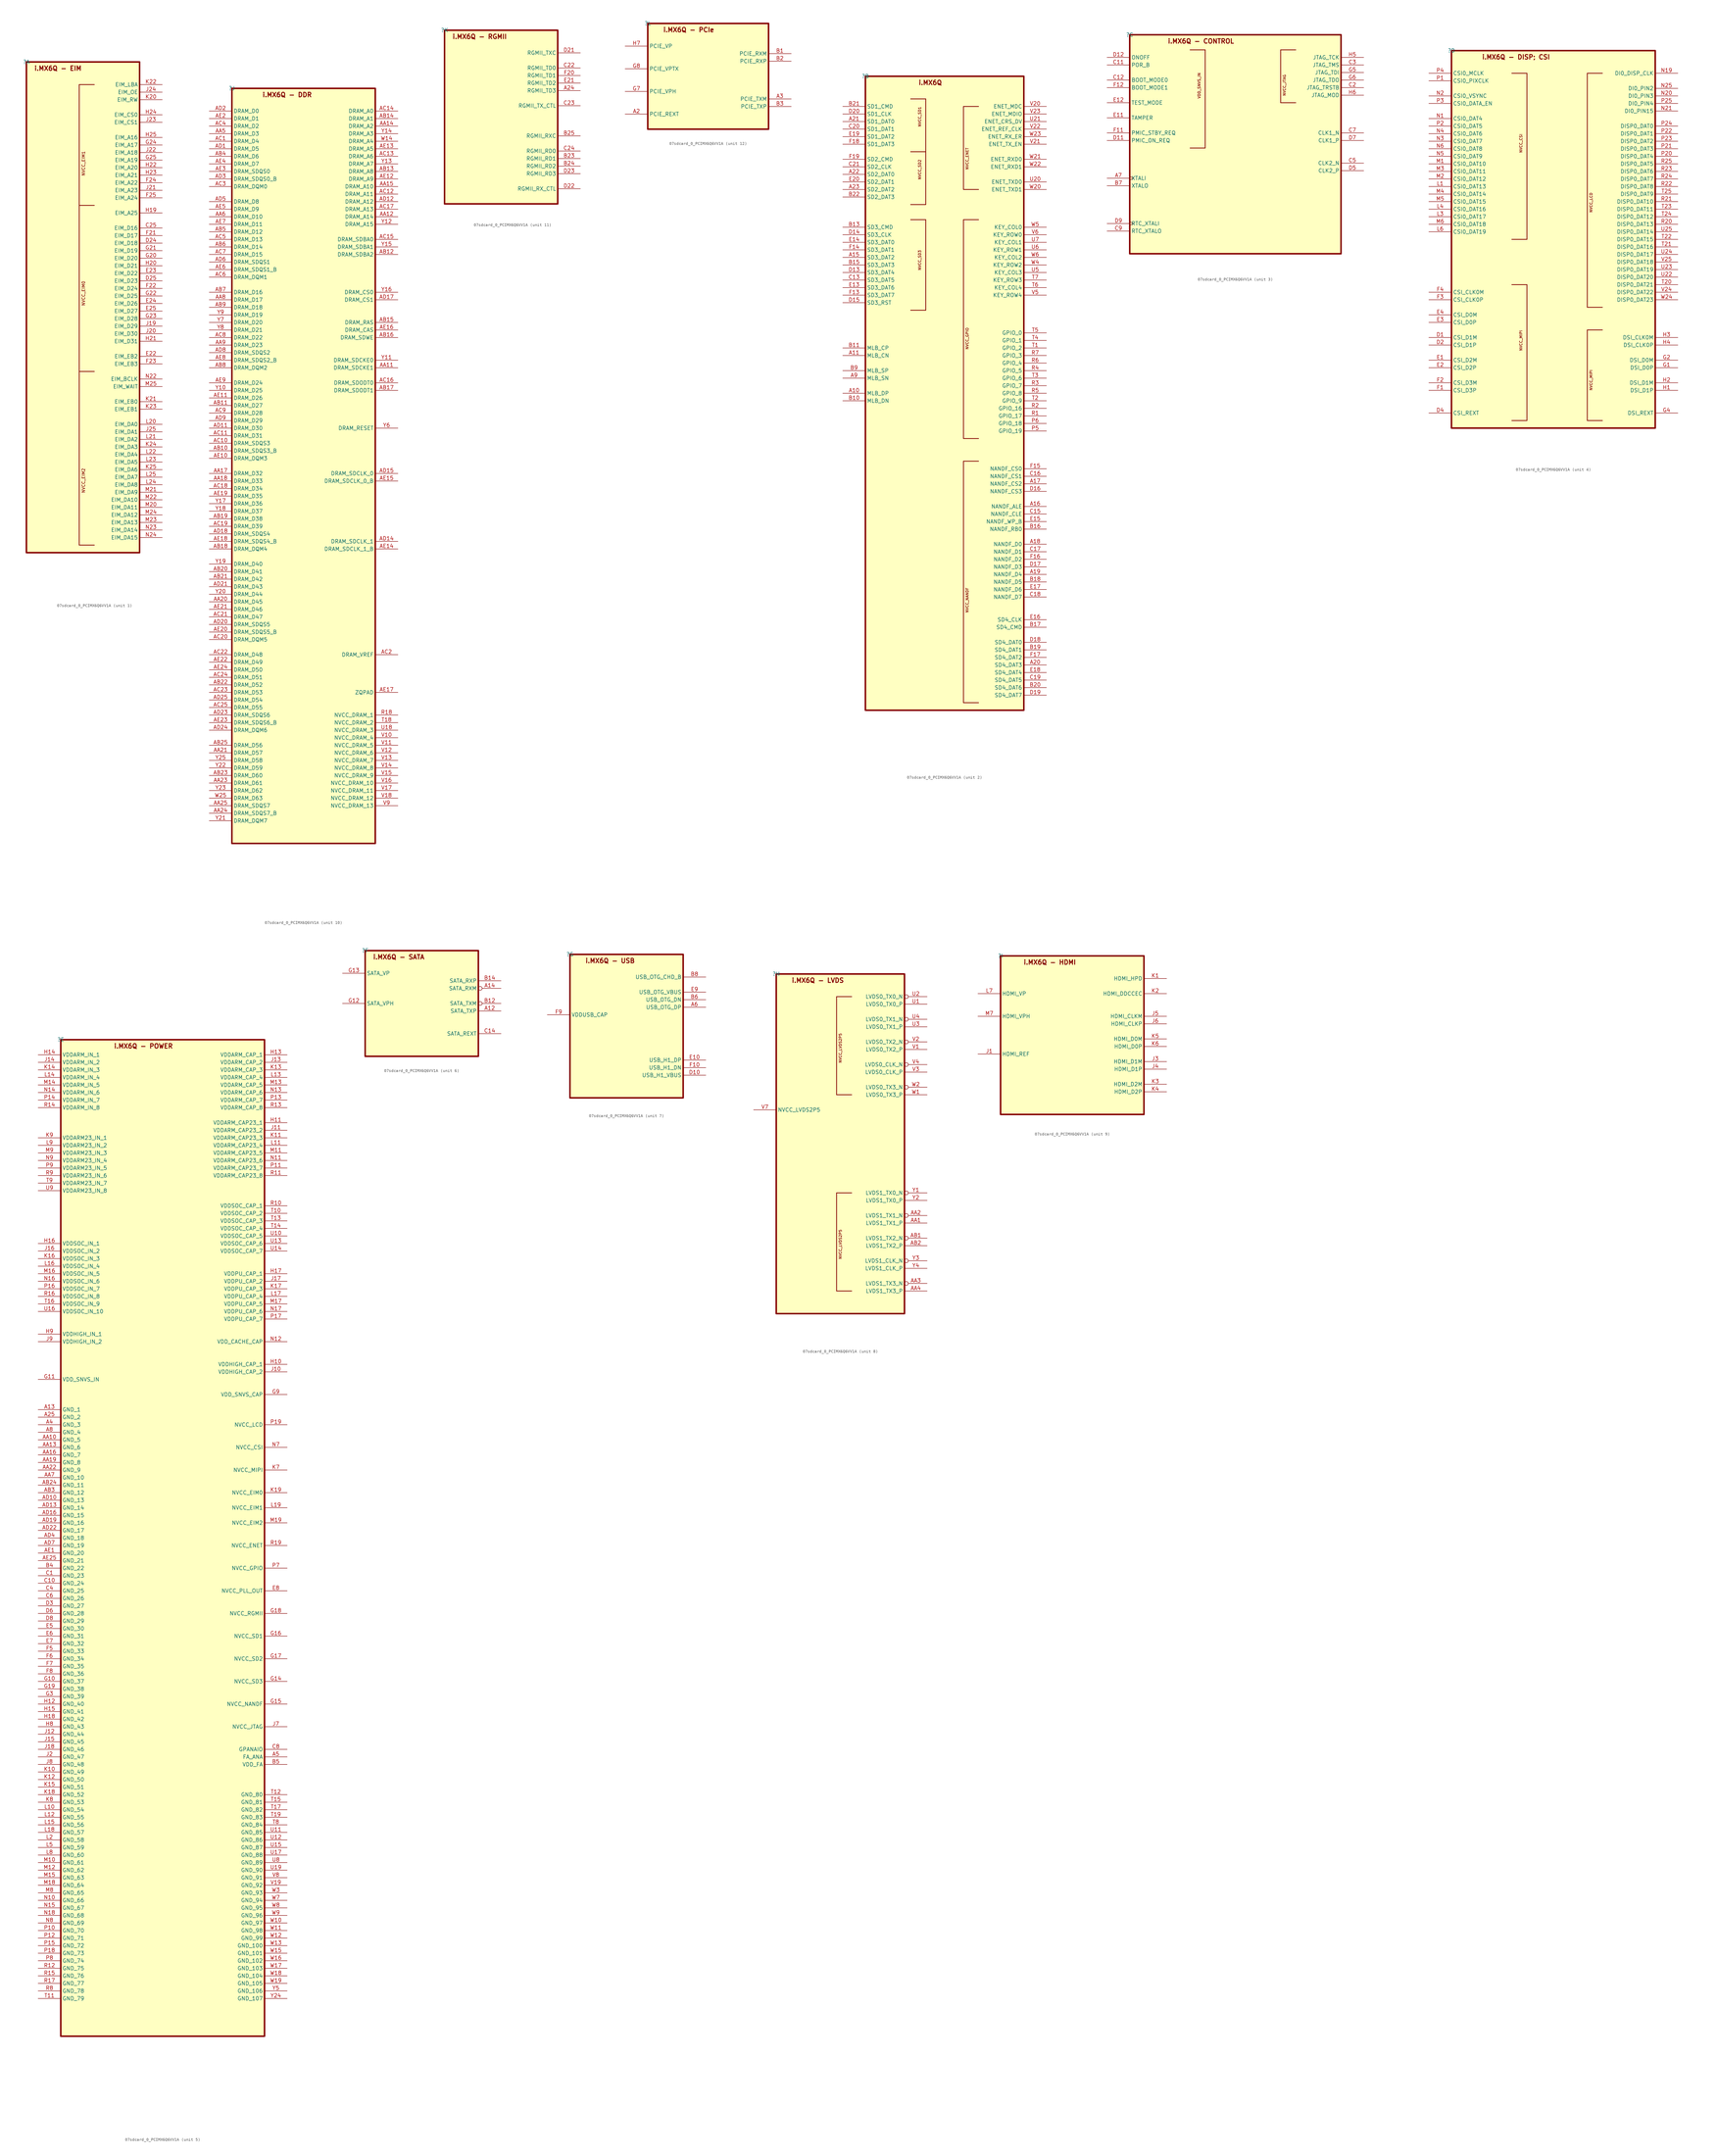
<source format=kicad_sym>
(kicad_symbol_lib
  (version 20220914)
  (generator kicad_symbol_editor)
  (symbol "07sdcard_0_PCIMX6Q6VV1A"
    (property "Reference" ""
      (at 0 0 0)
      (effects (font (size 1.27 1.27))))
    (property "Value" ""
      (at 0 0 0)
      (effects (font (size 1.27 1.27))))
    (symbol "07sdcard_0_PCIMX6Q6VV1A_1_0"
      (polyline (pts (xy 17.78 -104.14) (xy 17.78 -162.56)) (stroke (width 0.254) (type solid)) (fill (type none)))
      (polyline (pts (xy 17.78 -104.14) (xy 22.86 -104.14)) (stroke (width 0.254) (type solid)) (fill (type none)))
      (polyline (pts (xy 17.78 -48.26) (xy 22.86 -48.26)) (stroke (width 0.254) (type solid)) (fill (type none)))
      (polyline (pts (xy 17.78 -7.62) (xy 17.78 -104.14)) (stroke (width 0.254) (type solid)) (fill (type none)))
      (polyline (pts (xy 22.86 -162.56) (xy 17.78 -162.56)) (stroke (width 0.254) (type solid)) (fill (type none)))
      (polyline (pts (xy 22.86 -7.62) (xy 17.78 -7.62)) (stroke (width 0.254) (type solid)) (fill (type none)))
      (rectangle (start 38.1 0) (end 0 -165.1) (stroke (width 0.508) (type solid)) (fill (type background)))
      (text "i.MX6Q - EIM" (at 2.54 -3.048 0) (effects (font (size 1.524 1.524) bold) (justify left bottom)))
      (text "NVCC_EIM0" (at 19.812 -82.101 900) (effects (font (size 1.016 1.016)) (justify left bottom)))
      (text "NVCC_EIM1" (at 19.812 -38.413 900) (effects (font (size 1.016 1.016)) (justify left bottom)))
      (text "NVCC_EIM2" (at 19.812 -145.093 900) (effects (font (size 1.016 1.016)) (justify left bottom)))
      (pin bidirectional line (at 45.72 -55.88 180) (length 7.62) (name "EIM_D16" (effects (font (size 1.27 1.27)))) (number "C25" (effects (font (size 1.27 1.27)))))
      (pin bidirectional line (at 45.72 -60.96 180) (length 7.62) (name "EIM_D18" (effects (font (size 1.27 1.27)))) (number "D24" (effects (font (size 1.27 1.27)))))
      (pin bidirectional line (at 45.72 -73.66 180) (length 7.62) (name "EIM_D23" (effects (font (size 1.27 1.27)))) (number "D25" (effects (font (size 1.27 1.27)))))
      (pin bidirectional line (at 45.72 -99.06 180) (length 7.62) (name "EIM_EB2" (effects (font (size 1.27 1.27)))) (number "E22" (effects (font (size 1.27 1.27)))))
      (pin bidirectional line (at 45.72 -71.12 180) (length 7.62) (name "EIM_D22" (effects (font (size 1.27 1.27)))) (number "E23" (effects (font (size 1.27 1.27)))))
      (pin bidirectional line (at 45.72 -81.28 180) (length 7.62) (name "EIM_D26" (effects (font (size 1.27 1.27)))) (number "E24" (effects (font (size 1.27 1.27)))))
      (pin bidirectional line (at 45.72 -83.82 180) (length 7.62) (name "EIM_D27" (effects (font (size 1.27 1.27)))) (number "E25" (effects (font (size 1.27 1.27)))))
      (pin bidirectional line (at 45.72 -58.42 180) (length 7.62) (name "EIM_D17" (effects (font (size 1.27 1.27)))) (number "F21" (effects (font (size 1.27 1.27)))))
      (pin bidirectional line (at 45.72 -76.2 180) (length 7.62) (name "EIM_D24" (effects (font (size 1.27 1.27)))) (number "F22" (effects (font (size 1.27 1.27)))))
      (pin bidirectional line (at 45.72 -101.6 180) (length 7.62) (name "EIM_EB3" (effects (font (size 1.27 1.27)))) (number "F23" (effects (font (size 1.27 1.27)))))
      (pin bidirectional line (at 45.72 -40.64 180) (length 7.62) (name "EIM_A22" (effects (font (size 1.27 1.27)))) (number "F24" (effects (font (size 1.27 1.27)))))
      (pin bidirectional line (at 45.72 -45.72 180) (length 7.62) (name "EIM_A24" (effects (font (size 1.27 1.27)))) (number "F25" (effects (font (size 1.27 1.27)))))
      (pin bidirectional line (at 45.72 -66.04 180) (length 7.62) (name "EIM_D20" (effects (font (size 1.27 1.27)))) (number "G20" (effects (font (size 1.27 1.27)))))
      (pin bidirectional line (at 45.72 -63.5 180) (length 7.62) (name "EIM_D19" (effects (font (size 1.27 1.27)))) (number "G21" (effects (font (size 1.27 1.27)))))
      (pin bidirectional line (at 45.72 -78.74 180) (length 7.62) (name "EIM_D25" (effects (font (size 1.27 1.27)))) (number "G22" (effects (font (size 1.27 1.27)))))
      (pin bidirectional line (at 45.72 -86.36 180) (length 7.62) (name "EIM_D28" (effects (font (size 1.27 1.27)))) (number "G23" (effects (font (size 1.27 1.27)))))
      (pin bidirectional line (at 45.72 -27.94 180) (length 7.62) (name "EIM_A17" (effects (font (size 1.27 1.27)))) (number "G24" (effects (font (size 1.27 1.27)))))
      (pin bidirectional line (at 45.72 -33.02 180) (length 7.62) (name "EIM_A19" (effects (font (size 1.27 1.27)))) (number "G25" (effects (font (size 1.27 1.27)))))
      (pin bidirectional line (at 45.72 -50.8 180) (length 7.62) (name "EIM_A25" (effects (font (size 1.27 1.27)))) (number "H19" (effects (font (size 1.27 1.27)))))
      (pin bidirectional line (at 45.72 -68.58 180) (length 7.62) (name "EIM_D21" (effects (font (size 1.27 1.27)))) (number "H20" (effects (font (size 1.27 1.27)))))
      (pin bidirectional line (at 45.72 -93.98 180) (length 7.62) (name "EIM_D31" (effects (font (size 1.27 1.27)))) (number "H21" (effects (font (size 1.27 1.27)))))
      (pin bidirectional line (at 45.72 -35.56 180) (length 7.62) (name "EIM_A20" (effects (font (size 1.27 1.27)))) (number "H22" (effects (font (size 1.27 1.27)))))
      (pin bidirectional line (at 45.72 -38.1 180) (length 7.62) (name "EIM_A21" (effects (font (size 1.27 1.27)))) (number "H23" (effects (font (size 1.27 1.27)))))
      (pin bidirectional line (at 45.72 -17.78 180) (length 7.62) (name "EIM_CS0" (effects (font (size 1.27 1.27)))) (number "H24" (effects (font (size 1.27 1.27)))))
      (pin bidirectional line (at 45.72 -25.4 180) (length 7.62) (name "EIM_A16" (effects (font (size 1.27 1.27)))) (number "H25" (effects (font (size 1.27 1.27)))))
      (pin bidirectional line (at 45.72 -88.9 180) (length 7.62) (name "EIM_D29" (effects (font (size 1.27 1.27)))) (number "J19" (effects (font (size 1.27 1.27)))))
      (pin bidirectional line (at 45.72 -91.44 180) (length 7.62) (name "EIM_D30" (effects (font (size 1.27 1.27)))) (number "J20" (effects (font (size 1.27 1.27)))))
      (pin bidirectional line (at 45.72 -43.18 180) (length 7.62) (name "EIM_A23" (effects (font (size 1.27 1.27)))) (number "J21" (effects (font (size 1.27 1.27)))))
      (pin bidirectional line (at 45.72 -30.48 180) (length 7.62) (name "EIM_A18" (effects (font (size 1.27 1.27)))) (number "J22" (effects (font (size 1.27 1.27)))))
      (pin bidirectional line (at 45.72 -20.32 180) (length 7.62) (name "EIM_CS1" (effects (font (size 1.27 1.27)))) (number "J23" (effects (font (size 1.27 1.27)))))
      (pin bidirectional line (at 45.72 -10.16 180) (length 7.62) (name "EIM_OE" (effects (font (size 1.27 1.27)))) (number "J24" (effects (font (size 1.27 1.27)))))
      (pin bidirectional line (at 45.72 -124.46 180) (length 7.62) (name "EIM_DA1" (effects (font (size 1.27 1.27)))) (number "J25" (effects (font (size 1.27 1.27)))))
      (pin bidirectional line (at 45.72 -12.7 180) (length 7.62) (name "EIM_RW" (effects (font (size 1.27 1.27)))) (number "K20" (effects (font (size 1.27 1.27)))))
      (pin bidirectional line (at 45.72 -114.3 180) (length 7.62) (name "EIM_EB0" (effects (font (size 1.27 1.27)))) (number "K21" (effects (font (size 1.27 1.27)))))
      (pin bidirectional line (at 45.72 -7.62 180) (length 7.62) (name "EIM_LBA" (effects (font (size 1.27 1.27)))) (number "K22" (effects (font (size 1.27 1.27)))))
      (pin bidirectional line (at 45.72 -116.84 180) (length 7.62) (name "EIM_EB1" (effects (font (size 1.27 1.27)))) (number "K23" (effects (font (size 1.27 1.27)))))
      (pin bidirectional line (at 45.72 -129.54 180) (length 7.62) (name "EIM_DA3" (effects (font (size 1.27 1.27)))) (number "K24" (effects (font (size 1.27 1.27)))))
      (pin bidirectional line (at 45.72 -137.16 180) (length 7.62) (name "EIM_DA6" (effects (font (size 1.27 1.27)))) (number "K25" (effects (font (size 1.27 1.27)))))
      (pin bidirectional line (at 45.72 -121.92 180) (length 7.62) (name "EIM_DA0" (effects (font (size 1.27 1.27)))) (number "L20" (effects (font (size 1.27 1.27)))))
      (pin bidirectional line (at 45.72 -127 180) (length 7.62) (name "EIM_DA2" (effects (font (size 1.27 1.27)))) (number "L21" (effects (font (size 1.27 1.27)))))
      (pin bidirectional line (at 45.72 -132.08 180) (length 7.62) (name "EIM_DA4" (effects (font (size 1.27 1.27)))) (number "L22" (effects (font (size 1.27 1.27)))))
      (pin bidirectional line (at 45.72 -134.62 180) (length 7.62) (name "EIM_DA5" (effects (font (size 1.27 1.27)))) (number "L23" (effects (font (size 1.27 1.27)))))
      (pin bidirectional line (at 45.72 -142.24 180) (length 7.62) (name "EIM_DA8" (effects (font (size 1.27 1.27)))) (number "L24" (effects (font (size 1.27 1.27)))))
      (pin bidirectional line (at 45.72 -139.7 180) (length 7.62) (name "EIM_DA7" (effects (font (size 1.27 1.27)))) (number "L25" (effects (font (size 1.27 1.27)))))
      (pin bidirectional line (at 45.72 -149.86 180) (length 7.62) (name "EIM_DA11" (effects (font (size 1.27 1.27)))) (number "M20" (effects (font (size 1.27 1.27)))))
      (pin bidirectional line (at 45.72 -144.78 180) (length 7.62) (name "EIM_DA9" (effects (font (size 1.27 1.27)))) (number "M21" (effects (font (size 1.27 1.27)))))
      (pin bidirectional line (at 45.72 -147.32 180) (length 7.62) (name "EIM_DA10" (effects (font (size 1.27 1.27)))) (number "M22" (effects (font (size 1.27 1.27)))))
      (pin bidirectional line (at 45.72 -154.94 180) (length 7.62) (name "EIM_DA13" (effects (font (size 1.27 1.27)))) (number "M23" (effects (font (size 1.27 1.27)))))
      (pin bidirectional line (at 45.72 -152.4 180) (length 7.62) (name "EIM_DA12" (effects (font (size 1.27 1.27)))) (number "M24" (effects (font (size 1.27 1.27)))))
      (pin bidirectional line (at 45.72 -109.22 180) (length 7.62) (name "EIM_WAIT" (effects (font (size 1.27 1.27)))) (number "M25" (effects (font (size 1.27 1.27)))))
      (pin bidirectional line (at 45.72 -106.68 180) (length 7.62) (name "EIM_BCLK" (effects (font (size 1.27 1.27)))) (number "N22" (effects (font (size 1.27 1.27)))))
      (pin bidirectional line (at 45.72 -157.48 180) (length 7.62) (name "EIM_DA14" (effects (font (size 1.27 1.27)))) (number "N23" (effects (font (size 1.27 1.27)))))
      (pin bidirectional line (at 45.72 -160.02 180) (length 7.62) (name "EIM_DA15" (effects (font (size 1.27 1.27)))) (number "N24" (effects (font (size 1.27 1.27))))))
    (symbol "07sdcard_0_PCIMX6Q6VV1A_2_0"
      (polyline (pts (xy 20.32 -78.74) (xy 15.24 -78.74)) (stroke (width 0.254) (type solid)) (fill (type none)))
      (polyline (pts (xy 20.32 -48.26) (xy 15.24 -48.26)) (stroke (width 0.254) (type solid)) (fill (type none)))
      (polyline (pts (xy 20.32 -48.26) (xy 20.32 -78.74)) (stroke (width 0.254) (type solid)) (fill (type none)))
      (polyline (pts (xy 20.32 -43.18) (xy 15.24 -43.18)) (stroke (width 0.254) (type solid)) (fill (type none)))
      (polyline (pts (xy 20.32 -25.4) (xy 15.24 -25.4)) (stroke (width 0.254) (type solid)) (fill (type none)))
      (polyline (pts (xy 20.32 -7.62) (xy 15.24 -7.62)) (stroke (width 0.254) (type solid)) (fill (type none)))
      (polyline (pts (xy 20.32 -7.62) (xy 20.32 -43.18)) (stroke (width 0.254) (type solid)) (fill (type none)))
      (polyline (pts (xy 33.02 -129.54) (xy 33.02 -210.82)) (stroke (width 0.254) (type solid)) (fill (type none)))
      (polyline (pts (xy 33.02 -48.26) (xy 33.02 -121.92)) (stroke (width 0.254) (type solid)) (fill (type none)))
      (polyline (pts (xy 33.02 -10.16) (xy 33.02 -38.1)) (stroke (width 0.254) (type solid)) (fill (type none)))
      (polyline (pts (xy 38.1 -210.82) (xy 33.02 -210.82)) (stroke (width 0.254) (type solid)) (fill (type none)))
      (polyline (pts (xy 38.1 -129.54) (xy 33.02 -129.54)) (stroke (width 0.254) (type solid)) (fill (type none)))
      (polyline (pts (xy 38.1 -121.92) (xy 33.02 -121.92)) (stroke (width 0.254) (type solid)) (fill (type none)))
      (polyline (pts (xy 38.1 -48.26) (xy 33.02 -48.26)) (stroke (width 0.254) (type solid)) (fill (type none)))
      (polyline (pts (xy 38.1 -38.1) (xy 33.02 -38.1)) (stroke (width 0.254) (type solid)) (fill (type none)))
      (polyline (pts (xy 38.1 -10.16) (xy 33.02 -10.16)) (stroke (width 0.254) (type solid)) (fill (type none)))
      (rectangle (start 53.34 0) (end 0 -213.36) (stroke (width 0.508) (type solid)) (fill (type background)))
      (text "i.MX6Q" (at 17.78 -3.048 0) (effects (font (size 1.524 1.524) bold) (justify left bottom)))
      (text "NVCC_ENET" (at 34.798 -31.496 900) (effects (font (size 0.889 0.889)) (justify left bottom)))
      (text "NVCC_GPIO" (at 34.798 -92.007 900) (effects (font (size 0.889 0.889)) (justify left bottom)))
      (text "NVCC_NANDF" (at 34.798 -180.614 900) (effects (font (size 0.889 0.889)) (justify left bottom)))
      (text "NVCC_SD1" (at 17.78 -10.16 900) (effects (font (size 0.889 0.889)) (justify right top)))
      (text "NVCC_SD2" (at 17.78 -27.94 900) (effects (font (size 0.889 0.889)) (justify right top)))
      (text "NVCC_SD3" (at 17.78 -58.42 900) (effects (font (size 0.889 0.889)) (justify right top)))
      (pin input line (at -7.62 -106.68 0) (length 7.62) (name "MLB_DP" (effects (font (size 1.27 1.27)))) (number "A10" (effects (font (size 1.27 1.27)))))
      (pin input line (at -7.62 -93.98 0) (length 7.62) (name "MLB_CN" (effects (font (size 1.27 1.27)))) (number "A11" (effects (font (size 1.27 1.27)))))
      (pin bidirectional line (at -7.62 -60.96 0) (length 7.62) (name "SD3_DAT2" (effects (font (size 1.27 1.27)))) (number "A15" (effects (font (size 1.27 1.27)))))
      (pin bidirectional line (at 60.96 -144.78 180) (length 7.62) (name "NANDF_ALE" (effects (font (size 1.27 1.27)))) (number "A16" (effects (font (size 1.27 1.27)))))
      (pin bidirectional line (at 60.96 -137.16 180) (length 7.62) (name "NANDF_CS2" (effects (font (size 1.27 1.27)))) (number "A17" (effects (font (size 1.27 1.27)))))
      (pin bidirectional line (at 60.96 -157.48 180) (length 7.62) (name "NANDF_D0" (effects (font (size 1.27 1.27)))) (number "A18" (effects (font (size 1.27 1.27)))))
      (pin bidirectional line (at 60.96 -167.64 180) (length 7.62) (name "NANDF_D4" (effects (font (size 1.27 1.27)))) (number "A19" (effects (font (size 1.27 1.27)))))
      (pin bidirectional line (at 60.96 -198.12 180) (length 7.62) (name "SD4_DAT3" (effects (font (size 1.27 1.27)))) (number "A20" (effects (font (size 1.27 1.27)))))
      (pin bidirectional line (at -7.62 -15.24 0) (length 7.62) (name "SD1_DAT0" (effects (font (size 1.27 1.27)))) (number "A21" (effects (font (size 1.27 1.27)))))
      (pin bidirectional line (at -7.62 -33.02 0) (length 7.62) (name "SD2_DAT0" (effects (font (size 1.27 1.27)))) (number "A22" (effects (font (size 1.27 1.27)))))
      (pin bidirectional line (at -7.62 -38.1 0) (length 7.62) (name "SD2_DAT2" (effects (font (size 1.27 1.27)))) (number "A23" (effects (font (size 1.27 1.27)))))
      (pin input line (at -7.62 -101.6 0) (length 7.62) (name "MLB_SN" (effects (font (size 1.27 1.27)))) (number "A9" (effects (font (size 1.27 1.27)))))
      (pin input line (at -7.62 -109.22 0) (length 7.62) (name "MLB_DN" (effects (font (size 1.27 1.27)))) (number "B10" (effects (font (size 1.27 1.27)))))
      (pin input line (at -7.62 -91.44 0) (length 7.62) (name "MLB_CP" (effects (font (size 1.27 1.27)))) (number "B11" (effects (font (size 1.27 1.27)))))
      (pin bidirectional line (at -7.62 -50.8 0) (length 7.62) (name "SD3_CMD" (effects (font (size 1.27 1.27)))) (number "B13" (effects (font (size 1.27 1.27)))))
      (pin bidirectional line (at -7.62 -63.5 0) (length 7.62) (name "SD3_DAT3" (effects (font (size 1.27 1.27)))) (number "B15" (effects (font (size 1.27 1.27)))))
      (pin bidirectional line (at 60.96 -152.4 180) (length 7.62) (name "NANDF_RB0" (effects (font (size 1.27 1.27)))) (number "B16" (effects (font (size 1.27 1.27)))))
      (pin bidirectional line (at 60.96 -185.42 180) (length 7.62) (name "SD4_CMD" (effects (font (size 1.27 1.27)))) (number "B17" (effects (font (size 1.27 1.27)))))
      (pin bidirectional line (at 60.96 -170.18 180) (length 7.62) (name "NANDF_D5" (effects (font (size 1.27 1.27)))) (number "B18" (effects (font (size 1.27 1.27)))))
      (pin bidirectional line (at 60.96 -193.04 180) (length 7.62) (name "SD4_DAT1" (effects (font (size 1.27 1.27)))) (number "B19" (effects (font (size 1.27 1.27)))))
      (pin bidirectional line (at 60.96 -205.74 180) (length 7.62) (name "SD4_DAT6" (effects (font (size 1.27 1.27)))) (number "B20" (effects (font (size 1.27 1.27)))))
      (pin bidirectional line (at -7.62 -10.16 0) (length 7.62) (name "SD1_CMD" (effects (font (size 1.27 1.27)))) (number "B21" (effects (font (size 1.27 1.27)))))
      (pin bidirectional line (at -7.62 -40.64 0) (length 7.62) (name "SD2_DAT3" (effects (font (size 1.27 1.27)))) (number "B22" (effects (font (size 1.27 1.27)))))
      (pin input line (at -7.62 -99.06 0) (length 7.62) (name "MLB_SP" (effects (font (size 1.27 1.27)))) (number "B9" (effects (font (size 1.27 1.27)))))
      (pin bidirectional line (at -7.62 -68.58 0) (length 7.62) (name "SD3_DAT5" (effects (font (size 1.27 1.27)))) (number "C13" (effects (font (size 1.27 1.27)))))
      (pin bidirectional line (at 60.96 -147.32 180) (length 7.62) (name "NANDF_CLE" (effects (font (size 1.27 1.27)))) (number "C15" (effects (font (size 1.27 1.27)))))
      (pin bidirectional line (at 60.96 -134.62 180) (length 7.62) (name "NANDF_CS1" (effects (font (size 1.27 1.27)))) (number "C16" (effects (font (size 1.27 1.27)))))
      (pin bidirectional line (at 60.96 -160.02 180) (length 7.62) (name "NANDF_D1" (effects (font (size 1.27 1.27)))) (number "C17" (effects (font (size 1.27 1.27)))))
      (pin bidirectional line (at 60.96 -175.26 180) (length 7.62) (name "NANDF_D7" (effects (font (size 1.27 1.27)))) (number "C18" (effects (font (size 1.27 1.27)))))
      (pin bidirectional line (at 60.96 -203.2 180) (length 7.62) (name "SD4_DAT5" (effects (font (size 1.27 1.27)))) (number "C19" (effects (font (size 1.27 1.27)))))
      (pin bidirectional line (at -7.62 -17.78 0) (length 7.62) (name "SD1_DAT1" (effects (font (size 1.27 1.27)))) (number "C20" (effects (font (size 1.27 1.27)))))
      (pin bidirectional line (at -7.62 -30.48 0) (length 7.62) (name "SD2_CLK" (effects (font (size 1.27 1.27)))) (number "C21" (effects (font (size 1.27 1.27)))))
      (pin bidirectional line (at -7.62 -66.04 0) (length 7.62) (name "SD3_DAT4" (effects (font (size 1.27 1.27)))) (number "D13" (effects (font (size 1.27 1.27)))))
      (pin bidirectional line (at -7.62 -53.34 0) (length 7.62) (name "SD3_CLK" (effects (font (size 1.27 1.27)))) (number "D14" (effects (font (size 1.27 1.27)))))
      (pin bidirectional line (at -7.62 -76.2 0) (length 7.62) (name "SD3_RST" (effects (font (size 1.27 1.27)))) (number "D15" (effects (font (size 1.27 1.27)))))
      (pin bidirectional line (at 60.96 -139.7 180) (length 7.62) (name "NANDF_CS3" (effects (font (size 1.27 1.27)))) (number "D16" (effects (font (size 1.27 1.27)))))
      (pin bidirectional line (at 60.96 -165.1 180) (length 7.62) (name "NANDF_D3" (effects (font (size 1.27 1.27)))) (number "D17" (effects (font (size 1.27 1.27)))))
      (pin bidirectional line (at 60.96 -190.5 180) (length 7.62) (name "SD4_DAT0" (effects (font (size 1.27 1.27)))) (number "D18" (effects (font (size 1.27 1.27)))))
      (pin bidirectional line (at 60.96 -208.28 180) (length 7.62) (name "SD4_DAT7" (effects (font (size 1.27 1.27)))) (number "D19" (effects (font (size 1.27 1.27)))))
      (pin bidirectional line (at -7.62 -12.7 0) (length 7.62) (name "SD1_CLK" (effects (font (size 1.27 1.27)))) (number "D20" (effects (font (size 1.27 1.27)))))
      (pin bidirectional line (at -7.62 -71.12 0) (length 7.62) (name "SD3_DAT6" (effects (font (size 1.27 1.27)))) (number "E13" (effects (font (size 1.27 1.27)))))
      (pin bidirectional line (at -7.62 -55.88 0) (length 7.62) (name "SD3_DAT0" (effects (font (size 1.27 1.27)))) (number "E14" (effects (font (size 1.27 1.27)))))
      (pin bidirectional line (at 60.96 -149.86 180) (length 7.62) (name "NANDF_WP_B" (effects (font (size 1.27 1.27)))) (number "E15" (effects (font (size 1.27 1.27)))))
      (pin bidirectional line (at 60.96 -182.88 180) (length 7.62) (name "SD4_CLK" (effects (font (size 1.27 1.27)))) (number "E16" (effects (font (size 1.27 1.27)))))
      (pin bidirectional line (at 60.96 -172.72 180) (length 7.62) (name "NANDF_D6" (effects (font (size 1.27 1.27)))) (number "E17" (effects (font (size 1.27 1.27)))))
      (pin bidirectional line (at 60.96 -200.66 180) (length 7.62) (name "SD4_DAT4" (effects (font (size 1.27 1.27)))) (number "E18" (effects (font (size 1.27 1.27)))))
      (pin bidirectional line (at -7.62 -20.32 0) (length 7.62) (name "SD1_DAT2" (effects (font (size 1.27 1.27)))) (number "E19" (effects (font (size 1.27 1.27)))))
      (pin bidirectional line (at -7.62 -35.56 0) (length 7.62) (name "SD2_DAT1" (effects (font (size 1.27 1.27)))) (number "E20" (effects (font (size 1.27 1.27)))))
      (pin bidirectional line (at -7.62 -73.66 0) (length 7.62) (name "SD3_DAT7" (effects (font (size 1.27 1.27)))) (number "F13" (effects (font (size 1.27 1.27)))))
      (pin bidirectional line (at -7.62 -58.42 0) (length 7.62) (name "SD3_DAT1" (effects (font (size 1.27 1.27)))) (number "F14" (effects (font (size 1.27 1.27)))))
      (pin bidirectional line (at 60.96 -132.08 180) (length 7.62) (name "NANDF_CS0" (effects (font (size 1.27 1.27)))) (number "F15" (effects (font (size 1.27 1.27)))))
      (pin bidirectional line (at 60.96 -162.56 180) (length 7.62) (name "NANDF_D2" (effects (font (size 1.27 1.27)))) (number "F16" (effects (font (size 1.27 1.27)))))
      (pin bidirectional line (at 60.96 -195.58 180) (length 7.62) (name "SD4_DAT2" (effects (font (size 1.27 1.27)))) (number "F17" (effects (font (size 1.27 1.27)))))
      (pin bidirectional line (at -7.62 -22.86 0) (length 7.62) (name "SD1_DAT3" (effects (font (size 1.27 1.27)))) (number "F18" (effects (font (size 1.27 1.27)))))
      (pin bidirectional line (at -7.62 -27.94 0) (length 7.62) (name "SD2_CMD" (effects (font (size 1.27 1.27)))) (number "F19" (effects (font (size 1.27 1.27)))))
      (pin bidirectional line (at 60.96 -119.38 180) (length 7.62) (name "GPIO_19" (effects (font (size 1.27 1.27)))) (number "P5" (effects (font (size 1.27 1.27)))))
      (pin bidirectional line (at 60.96 -116.84 180) (length 7.62) (name "GPIO_18" (effects (font (size 1.27 1.27)))) (number "P6" (effects (font (size 1.27 1.27)))))
      (pin bidirectional line (at 60.96 -114.3 180) (length 7.62) (name "GPIO_17" (effects (font (size 1.27 1.27)))) (number "R1" (effects (font (size 1.27 1.27)))))
      (pin bidirectional line (at 60.96 -111.76 180) (length 7.62) (name "GPIO_16" (effects (font (size 1.27 1.27)))) (number "R2" (effects (font (size 1.27 1.27)))))
      (pin bidirectional line (at 60.96 -104.14 180) (length 7.62) (name "GPIO_7" (effects (font (size 1.27 1.27)))) (number "R3" (effects (font (size 1.27 1.27)))))
      (pin bidirectional line (at 60.96 -99.06 180) (length 7.62) (name "GPIO_5" (effects (font (size 1.27 1.27)))) (number "R4" (effects (font (size 1.27 1.27)))))
      (pin bidirectional line (at 60.96 -106.68 180) (length 7.62) (name "GPIO_8" (effects (font (size 1.27 1.27)))) (number "R5" (effects (font (size 1.27 1.27)))))
      (pin bidirectional line (at 60.96 -96.52 180) (length 7.62) (name "GPIO_4" (effects (font (size 1.27 1.27)))) (number "R6" (effects (font (size 1.27 1.27)))))
      (pin bidirectional line (at 60.96 -93.98 180) (length 7.62) (name "GPIO_3" (effects (font (size 1.27 1.27)))) (number "R7" (effects (font (size 1.27 1.27)))))
      (pin bidirectional line (at 60.96 -91.44 180) (length 7.62) (name "GPIO_2" (effects (font (size 1.27 1.27)))) (number "T1" (effects (font (size 1.27 1.27)))))
      (pin bidirectional line (at 60.96 -109.22 180) (length 7.62) (name "GPIO_9" (effects (font (size 1.27 1.27)))) (number "T2" (effects (font (size 1.27 1.27)))))
      (pin bidirectional line (at 60.96 -101.6 180) (length 7.62) (name "GPIO_6" (effects (font (size 1.27 1.27)))) (number "T3" (effects (font (size 1.27 1.27)))))
      (pin bidirectional line (at 60.96 -88.9 180) (length 7.62) (name "GPIO_1" (effects (font (size 1.27 1.27)))) (number "T4" (effects (font (size 1.27 1.27)))))
      (pin bidirectional line (at 60.96 -86.36 180) (length 7.62) (name "GPIO_0" (effects (font (size 1.27 1.27)))) (number "T5" (effects (font (size 1.27 1.27)))))
      (pin bidirectional line (at 60.96 -71.12 180) (length 7.62) (name "KEY_COL4" (effects (font (size 1.27 1.27)))) (number "T6" (effects (font (size 1.27 1.27)))))
      (pin bidirectional line (at 60.96 -68.58 180) (length 7.62) (name "KEY_ROW3" (effects (font (size 1.27 1.27)))) (number "T7" (effects (font (size 1.27 1.27)))))
      (pin bidirectional line (at 60.96 -35.56 180) (length 7.62) (name "ENET_TXD0" (effects (font (size 1.27 1.27)))) (number "U20" (effects (font (size 1.27 1.27)))))
      (pin bidirectional line (at 60.96 -15.24 180) (length 7.62) (name "ENET_CRS_DV" (effects (font (size 1.27 1.27)))) (number "U21" (effects (font (size 1.27 1.27)))))
      (pin bidirectional line (at 60.96 -66.04 180) (length 7.62) (name "KEY_COL3" (effects (font (size 1.27 1.27)))) (number "U5" (effects (font (size 1.27 1.27)))))
      (pin bidirectional line (at 60.96 -58.42 180) (length 7.62) (name "KEY_ROW1" (effects (font (size 1.27 1.27)))) (number "U6" (effects (font (size 1.27 1.27)))))
      (pin bidirectional line (at 60.96 -55.88 180) (length 7.62) (name "KEY_COL1" (effects (font (size 1.27 1.27)))) (number "U7" (effects (font (size 1.27 1.27)))))
      (pin bidirectional line (at 60.96 -10.16 180) (length 7.62) (name "ENET_MDC" (effects (font (size 1.27 1.27)))) (number "V20" (effects (font (size 1.27 1.27)))))
      (pin bidirectional line (at 60.96 -22.86 180) (length 7.62) (name "ENET_TX_EN" (effects (font (size 1.27 1.27)))) (number "V21" (effects (font (size 1.27 1.27)))))
      (pin bidirectional line (at 60.96 -17.78 180) (length 7.62) (name "ENET_REF_CLK" (effects (font (size 1.27 1.27)))) (number "V22" (effects (font (size 1.27 1.27)))))
      (pin bidirectional line (at 60.96 -12.7 180) (length 7.62) (name "ENET_MDIO" (effects (font (size 1.27 1.27)))) (number "V23" (effects (font (size 1.27 1.27)))))
      (pin bidirectional line (at 60.96 -73.66 180) (length 7.62) (name "KEY_ROW4" (effects (font (size 1.27 1.27)))) (number "V5" (effects (font (size 1.27 1.27)))))
      (pin bidirectional line (at 60.96 -53.34 180) (length 7.62) (name "KEY_ROW0" (effects (font (size 1.27 1.27)))) (number "V6" (effects (font (size 1.27 1.27)))))
      (pin bidirectional line (at 60.96 -38.1 180) (length 7.62) (name "ENET_TXD1" (effects (font (size 1.27 1.27)))) (number "W20" (effects (font (size 1.27 1.27)))))
      (pin bidirectional line (at 60.96 -27.94 180) (length 7.62) (name "ENET_RXD0" (effects (font (size 1.27 1.27)))) (number "W21" (effects (font (size 1.27 1.27)))))
      (pin bidirectional line (at 60.96 -30.48 180) (length 7.62) (name "ENET_RXD1" (effects (font (size 1.27 1.27)))) (number "W22" (effects (font (size 1.27 1.27)))))
      (pin bidirectional line (at 60.96 -20.32 180) (length 7.62) (name "ENET_RX_ER" (effects (font (size 1.27 1.27)))) (number "W23" (effects (font (size 1.27 1.27)))))
      (pin bidirectional line (at 60.96 -63.5 180) (length 7.62) (name "KEY_ROW2" (effects (font (size 1.27 1.27)))) (number "W4" (effects (font (size 1.27 1.27)))))
      (pin bidirectional line (at 60.96 -50.8 180) (length 7.62) (name "KEY_COL0" (effects (font (size 1.27 1.27)))) (number "W5" (effects (font (size 1.27 1.27)))))
      (pin bidirectional line (at 60.96 -60.96 180) (length 7.62) (name "KEY_COL2" (effects (font (size 1.27 1.27)))) (number "W6" (effects (font (size 1.27 1.27))))))
    (symbol "07sdcard_0_PCIMX6Q6VV1A_3_0"
      (polyline (pts (xy 25.4 -38.1) (xy 20.32 -38.1)) (stroke (width 0.254) (type solid)) (fill (type none)))
      (polyline (pts (xy 25.4 -5.08) (xy 20.32 -5.08)) (stroke (width 0.254) (type solid)) (fill (type none)))
      (polyline (pts (xy 25.4 -5.08) (xy 25.4 -38.1)) (stroke (width 0.254) (type solid)) (fill (type none)))
      (polyline (pts (xy 50.8 -22.86) (xy 55.88 -22.86)) (stroke (width 0.254) (type solid)) (fill (type none)))
      (polyline (pts (xy 50.8 -5.08) (xy 50.8 -22.86)) (stroke (width 0.254) (type solid)) (fill (type none)))
      (polyline (pts (xy 50.8 -5.08) (xy 55.88 -5.08)) (stroke (width 0.254) (type solid)) (fill (type none)))
      (rectangle (start 71.12 0) (end 0 -73.66) (stroke (width 0.508) (type solid)) (fill (type background)))
      (text "i.MX6Q - CONTROL" (at 12.7 -3.048 0) (effects (font (size 1.524 1.524) bold) (justify left bottom)))
      (text "NVCC_JTAG" (at 52.578 -20.633 900) (effects (font (size 0.889 0.889)) (justify left bottom)))
      (text "VDD_SNVS_IN" (at 22.86 -12.7 900) (effects (font (size 0.889 0.889)) (justify right top)))
      (pin input clock (at -7.62 -48.26 0) (length 7.62) (name "XTALI" (effects (font (size 1.27 1.27)))) (number "A7" (effects (font (size 1.27 1.27)))))
      (pin output line (at -7.62 -50.8 0) (length 7.62) (name "XTALO" (effects (font (size 1.27 1.27)))) (number "B7" (effects (font (size 1.27 1.27)))))
      (pin input line (at -7.62 -10.16 0) (length 7.62) (name "POR_B" (effects (font (size 1.27 1.27)))) (number "C11" (effects (font (size 1.27 1.27)))))
      (pin input line (at -7.62 -15.24 0) (length 7.62) (name "BOOT_MODE0" (effects (font (size 1.27 1.27)))) (number "C12" (effects (font (size 1.27 1.27)))))
      (pin input line (at 78.74 -17.78 180) (length 7.62) (name "JTAG_TRSTB" (effects (font (size 1.27 1.27)))) (number "C2" (effects (font (size 1.27 1.27)))))
      (pin input line (at 78.74 -10.16 180) (length 7.62) (name "JTAG_TMS" (effects (font (size 1.27 1.27)))) (number "C3" (effects (font (size 1.27 1.27)))))
      (pin output line (at 78.74 -43.18 180) (length 7.62) (name "CLK2_N" (effects (font (size 1.27 1.27)))) (number "C5" (effects (font (size 1.27 1.27)))))
      (pin output line (at 78.74 -33.02 180) (length 7.62) (name "CLK1_N" (effects (font (size 1.27 1.27)))) (number "C7" (effects (font (size 1.27 1.27)))))
      (pin output line (at -7.62 -66.04 0) (length 7.62) (name "RTC_XTALO" (effects (font (size 1.27 1.27)))) (number "C9" (effects (font (size 1.27 1.27)))))
      (pin output line (at -7.62 -35.56 0) (length 7.62) (name "PMIC_ON_REQ" (effects (font (size 1.27 1.27)))) (number "D11" (effects (font (size 1.27 1.27)))))
      (pin input line (at -7.62 -7.62 0) (length 7.62) (name "ONOFF" (effects (font (size 1.27 1.27)))) (number "D12" (effects (font (size 1.27 1.27)))))
      (pin output line (at 78.74 -45.72 180) (length 7.62) (name "CLK2_P" (effects (font (size 1.27 1.27)))) (number "D5" (effects (font (size 1.27 1.27)))))
      (pin output line (at 78.74 -35.56 180) (length 7.62) (name "CLK1_P" (effects (font (size 1.27 1.27)))) (number "D7" (effects (font (size 1.27 1.27)))))
      (pin input clock (at -7.62 -63.5 0) (length 7.62) (name "RTC_XTALI" (effects (font (size 1.27 1.27)))) (number "D9" (effects (font (size 1.27 1.27)))))
      (pin input line (at -7.62 -27.94 0) (length 7.62) (name "TAMPER" (effects (font (size 1.27 1.27)))) (number "E11" (effects (font (size 1.27 1.27)))))
      (pin input line (at -7.62 -22.86 0) (length 7.62) (name "TEST_MODE" (effects (font (size 1.27 1.27)))) (number "E12" (effects (font (size 1.27 1.27)))))
      (pin output line (at -7.62 -33.02 0) (length 7.62) (name "PMIC_STBY_REQ" (effects (font (size 1.27 1.27)))) (number "F11" (effects (font (size 1.27 1.27)))))
      (pin input line (at -7.62 -17.78 0) (length 7.62) (name "BOOT_MODE1" (effects (font (size 1.27 1.27)))) (number "F12" (effects (font (size 1.27 1.27)))))
      (pin input line (at 78.74 -12.7 180) (length 7.62) (name "JTAG_TDI" (effects (font (size 1.27 1.27)))) (number "G5" (effects (font (size 1.27 1.27)))))
      (pin output line (at 78.74 -15.24 180) (length 7.62) (name "JTAG_TDO" (effects (font (size 1.27 1.27)))) (number "G6" (effects (font (size 1.27 1.27)))))
      (pin input line (at 78.74 -7.62 180) (length 7.62) (name "JTAG_TCK" (effects (font (size 1.27 1.27)))) (number "H5" (effects (font (size 1.27 1.27)))))
      (pin input line (at 78.74 -20.32 180) (length 7.62) (name "JTAG_MOD" (effects (font (size 1.27 1.27)))) (number "H6" (effects (font (size 1.27 1.27))))))
    (symbol "07sdcard_0_PCIMX6Q6VV1A_4_0"
      (polyline (pts (xy 25.4 -124.46) (xy 20.32 -124.46)) (stroke (width 0.254) (type solid)) (fill (type none)))
      (polyline (pts (xy 25.4 -78.74) (xy 20.32 -78.74)) (stroke (width 0.254) (type solid)) (fill (type none)))
      (polyline (pts (xy 25.4 -78.74) (xy 25.4 -124.46)) (stroke (width 0.254) (type solid)) (fill (type none)))
      (polyline (pts (xy 25.4 -63.5) (xy 20.32 -63.5)) (stroke (width 0.254) (type solid)) (fill (type none)))
      (polyline (pts (xy 25.4 -7.62) (xy 20.32 -7.62)) (stroke (width 0.254) (type solid)) (fill (type none)))
      (polyline (pts (xy 25.4 -7.62) (xy 25.4 -63.5)) (stroke (width 0.254) (type solid)) (fill (type none)))
      (polyline (pts (xy 45.72 -93.98) (xy 45.72 -124.46)) (stroke (width 0.254) (type solid)) (fill (type none)))
      (polyline (pts (xy 45.72 -7.62) (xy 45.72 -86.36)) (stroke (width 0.254) (type solid)) (fill (type none)))
      (polyline (pts (xy 50.8 -124.46) (xy 45.72 -124.46)) (stroke (width 0.254) (type solid)) (fill (type none)))
      (polyline (pts (xy 50.8 -93.98) (xy 45.72 -93.98)) (stroke (width 0.254) (type solid)) (fill (type none)))
      (polyline (pts (xy 50.8 -86.36) (xy 45.72 -86.36)) (stroke (width 0.254) (type solid)) (fill (type none)))
      (polyline (pts (xy 50.8 -7.62) (xy 45.72 -7.62)) (stroke (width 0.254) (type solid)) (fill (type none)))
      (rectangle (start 68.58 0) (end 0 -127) (stroke (width 0.508) (type solid)) (fill (type background)))
      (text "i.MX6Q - DISP; CSI" (at 10.16 -3.048 0) (effects (font (size 1.524 1.524) bold) (justify left bottom)))
      (text "NVCC_CSI" (at 22.86 -27.94 900) (effects (font (size 0.889 0.889)) (justify right top)))
      (text "NVCC_LCD" (at 47.498 -54.532 900) (effects (font (size 0.889 0.889)) (justify left bottom)))
      (text "NVCC_MIPI" (at 22.86 -93.98 900) (effects (font (size 0.889 0.889)) (justify right top)))
      (text "NVCC_MIPI" (at 47.498 -114.417 900) (effects (font (size 0.889 0.889)) (justify left bottom)))
      (pin input line (at -7.62 -96.52 0) (length 7.62) (name "CSI_D1M" (effects (font (size 1.27 1.27)))) (number "D1" (effects (font (size 1.27 1.27)))))
      (pin input line (at -7.62 -99.06 0) (length 7.62) (name "CSI_D1P" (effects (font (size 1.27 1.27)))) (number "D2" (effects (font (size 1.27 1.27)))))
      (pin input line (at -7.62 -121.92 0) (length 7.62) (name "CSI_REXT" (effects (font (size 1.27 1.27)))) (number "D4" (effects (font (size 1.27 1.27)))))
      (pin input line (at -7.62 -104.14 0) (length 7.62) (name "CSI_D2M" (effects (font (size 1.27 1.27)))) (number "E1" (effects (font (size 1.27 1.27)))))
      (pin input line (at -7.62 -106.68 0) (length 7.62) (name "CSI_D2P" (effects (font (size 1.27 1.27)))) (number "E2" (effects (font (size 1.27 1.27)))))
      (pin input line (at -7.62 -91.44 0) (length 7.62) (name "CSI_D0P" (effects (font (size 1.27 1.27)))) (number "E3" (effects (font (size 1.27 1.27)))))
      (pin input line (at -7.62 -88.9 0) (length 7.62) (name "CSI_D0M" (effects (font (size 1.27 1.27)))) (number "E4" (effects (font (size 1.27 1.27)))))
      (pin input line (at -7.62 -114.3 0) (length 7.62) (name "CSI_D3P" (effects (font (size 1.27 1.27)))) (number "F1" (effects (font (size 1.27 1.27)))))
      (pin input line (at -7.62 -111.76 0) (length 7.62) (name "CSI_D3M" (effects (font (size 1.27 1.27)))) (number "F2" (effects (font (size 1.27 1.27)))))
      (pin input line (at -7.62 -83.82 0) (length 7.62) (name "CSI_CLK0P" (effects (font (size 1.27 1.27)))) (number "F3" (effects (font (size 1.27 1.27)))))
      (pin input line (at -7.62 -81.28 0) (length 7.62) (name "CSI_CLK0M" (effects (font (size 1.27 1.27)))) (number "F4" (effects (font (size 1.27 1.27)))))
      (pin output line (at 76.2 -106.68 180) (length 7.62) (name "DSI_D0P" (effects (font (size 1.27 1.27)))) (number "G1" (effects (font (size 1.27 1.27)))))
      (pin output line (at 76.2 -104.14 180) (length 7.62) (name "DSI_D0M" (effects (font (size 1.27 1.27)))) (number "G2" (effects (font (size 1.27 1.27)))))
      (pin input line (at 76.2 -121.92 180) (length 7.62) (name "DSI_REXT" (effects (font (size 1.27 1.27)))) (number "G4" (effects (font (size 1.27 1.27)))))
      (pin output line (at 76.2 -114.3 180) (length 7.62) (name "DSI_D1P" (effects (font (size 1.27 1.27)))) (number "H1" (effects (font (size 1.27 1.27)))))
      (pin output line (at 76.2 -111.76 180) (length 7.62) (name "DSI_D1M" (effects (font (size 1.27 1.27)))) (number "H2" (effects (font (size 1.27 1.27)))))
      (pin output line (at 76.2 -96.52 180) (length 7.62) (name "DSI_CLK0M" (effects (font (size 1.27 1.27)))) (number "H3" (effects (font (size 1.27 1.27)))))
      (pin output line (at 76.2 -99.06 180) (length 7.62) (name "DSI_CLK0P" (effects (font (size 1.27 1.27)))) (number "H4" (effects (font (size 1.27 1.27)))))
      (pin bidirectional line (at -7.62 -45.72 0) (length 7.62) (name "CSI0_DAT13" (effects (font (size 1.27 1.27)))) (number "L1" (effects (font (size 1.27 1.27)))))
      (pin bidirectional line (at -7.62 -55.88 0) (length 7.62) (name "CSI0_DAT17" (effects (font (size 1.27 1.27)))) (number "L3" (effects (font (size 1.27 1.27)))))
      (pin bidirectional line (at -7.62 -53.34 0) (length 7.62) (name "CSI0_DAT16" (effects (font (size 1.27 1.27)))) (number "L4" (effects (font (size 1.27 1.27)))))
      (pin bidirectional line (at -7.62 -60.96 0) (length 7.62) (name "CSI0_DAT19" (effects (font (size 1.27 1.27)))) (number "L6" (effects (font (size 1.27 1.27)))))
      (pin bidirectional line (at -7.62 -38.1 0) (length 7.62) (name "CSI0_DAT10" (effects (font (size 1.27 1.27)))) (number "M1" (effects (font (size 1.27 1.27)))))
      (pin bidirectional line (at -7.62 -43.18 0) (length 7.62) (name "CSI0_DAT12" (effects (font (size 1.27 1.27)))) (number "M2" (effects (font (size 1.27 1.27)))))
      (pin bidirectional line (at -7.62 -40.64 0) (length 7.62) (name "CSI0_DAT11" (effects (font (size 1.27 1.27)))) (number "M3" (effects (font (size 1.27 1.27)))))
      (pin bidirectional line (at -7.62 -48.26 0) (length 7.62) (name "CSI0_DAT14" (effects (font (size 1.27 1.27)))) (number "M4" (effects (font (size 1.27 1.27)))))
      (pin bidirectional line (at -7.62 -50.8 0) (length 7.62) (name "CSI0_DAT15" (effects (font (size 1.27 1.27)))) (number "M5" (effects (font (size 1.27 1.27)))))
      (pin bidirectional line (at -7.62 -58.42 0) (length 7.62) (name "CSI0_DAT18" (effects (font (size 1.27 1.27)))) (number "M6" (effects (font (size 1.27 1.27)))))
      (pin bidirectional line (at -7.62 -22.86 0) (length 7.62) (name "CSI0_DAT4" (effects (font (size 1.27 1.27)))) (number "N1" (effects (font (size 1.27 1.27)))))
      (pin bidirectional line (at 76.2 -7.62 180) (length 7.62) (name "DI0_DISP_CLK" (effects (font (size 1.27 1.27)))) (number "N19" (effects (font (size 1.27 1.27)))))
      (pin bidirectional line (at -7.62 -15.24 0) (length 7.62) (name "CSI0_VSYNC" (effects (font (size 1.27 1.27)))) (number "N2" (effects (font (size 1.27 1.27)))))
      (pin bidirectional line (at 76.2 -15.24 180) (length 7.62) (name "DI0_PIN3" (effects (font (size 1.27 1.27)))) (number "N20" (effects (font (size 1.27 1.27)))))
      (pin bidirectional line (at 76.2 -20.32 180) (length 7.62) (name "DI0_PIN15" (effects (font (size 1.27 1.27)))) (number "N21" (effects (font (size 1.27 1.27)))))
      (pin bidirectional line (at 76.2 -12.7 180) (length 7.62) (name "DI0_PIN2" (effects (font (size 1.27 1.27)))) (number "N25" (effects (font (size 1.27 1.27)))))
      (pin bidirectional line (at -7.62 -30.48 0) (length 7.62) (name "CSI0_DAT7" (effects (font (size 1.27 1.27)))) (number "N3" (effects (font (size 1.27 1.27)))))
      (pin bidirectional line (at -7.62 -27.94 0) (length 7.62) (name "CSI0_DAT6" (effects (font (size 1.27 1.27)))) (number "N4" (effects (font (size 1.27 1.27)))))
      (pin bidirectional line (at -7.62 -35.56 0) (length 7.62) (name "CSI0_DAT9" (effects (font (size 1.27 1.27)))) (number "N5" (effects (font (size 1.27 1.27)))))
      (pin bidirectional line (at -7.62 -33.02 0) (length 7.62) (name "CSI0_DAT8" (effects (font (size 1.27 1.27)))) (number "N6" (effects (font (size 1.27 1.27)))))
      (pin bidirectional line (at -7.62 -10.16 0) (length 7.62) (name "CSI0_PIXCLK" (effects (font (size 1.27 1.27)))) (number "P1" (effects (font (size 1.27 1.27)))))
      (pin bidirectional line (at -7.62 -25.4 0) (length 7.62) (name "CSI0_DAT5" (effects (font (size 1.27 1.27)))) (number "P2" (effects (font (size 1.27 1.27)))))
      (pin bidirectional line (at 76.2 -35.56 180) (length 7.62) (name "DISP0_DAT4" (effects (font (size 1.27 1.27)))) (number "P20" (effects (font (size 1.27 1.27)))))
      (pin bidirectional line (at 76.2 -33.02 180) (length 7.62) (name "DISP0_DAT3" (effects (font (size 1.27 1.27)))) (number "P21" (effects (font (size 1.27 1.27)))))
      (pin bidirectional line (at 76.2 -27.94 180) (length 7.62) (name "DISP0_DAT1" (effects (font (size 1.27 1.27)))) (number "P22" (effects (font (size 1.27 1.27)))))
      (pin bidirectional line (at 76.2 -30.48 180) (length 7.62) (name "DISP0_DAT2" (effects (font (size 1.27 1.27)))) (number "P23" (effects (font (size 1.27 1.27)))))
      (pin bidirectional line (at 76.2 -25.4 180) (length 7.62) (name "DISP0_DAT0" (effects (font (size 1.27 1.27)))) (number "P24" (effects (font (size 1.27 1.27)))))
      (pin bidirectional line (at 76.2 -17.78 180) (length 7.62) (name "DI0_PIN4" (effects (font (size 1.27 1.27)))) (number "P25" (effects (font (size 1.27 1.27)))))
      (pin bidirectional line (at -7.62 -17.78 0) (length 7.62) (name "CSI0_DATA_EN" (effects (font (size 1.27 1.27)))) (number "P3" (effects (font (size 1.27 1.27)))))
      (pin bidirectional line (at -7.62 -7.62 0) (length 7.62) (name "CSI0_MCLK" (effects (font (size 1.27 1.27)))) (number "P4" (effects (font (size 1.27 1.27)))))
      (pin bidirectional line (at 76.2 -58.42 180) (length 7.62) (name "DISP0_DAT13" (effects (font (size 1.27 1.27)))) (number "R20" (effects (font (size 1.27 1.27)))))
      (pin bidirectional line (at 76.2 -50.8 180) (length 7.62) (name "DISP0_DAT10" (effects (font (size 1.27 1.27)))) (number "R21" (effects (font (size 1.27 1.27)))))
      (pin bidirectional line (at 76.2 -45.72 180) (length 7.62) (name "DISP0_DAT8" (effects (font (size 1.27 1.27)))) (number "R22" (effects (font (size 1.27 1.27)))))
      (pin bidirectional line (at 76.2 -40.64 180) (length 7.62) (name "DISP0_DAT6" (effects (font (size 1.27 1.27)))) (number "R23" (effects (font (size 1.27 1.27)))))
      (pin bidirectional line (at 76.2 -43.18 180) (length 7.62) (name "DISP0_DAT7" (effects (font (size 1.27 1.27)))) (number "R24" (effects (font (size 1.27 1.27)))))
      (pin bidirectional line (at 76.2 -38.1 180) (length 7.62) (name "DISP0_DAT5" (effects (font (size 1.27 1.27)))) (number "R25" (effects (font (size 1.27 1.27)))))
      (pin bidirectional line (at 76.2 -78.74 180) (length 7.62) (name "DISP0_DAT21" (effects (font (size 1.27 1.27)))) (number "T20" (effects (font (size 1.27 1.27)))))
      (pin bidirectional line (at 76.2 -66.04 180) (length 7.62) (name "DISP0_DAT16" (effects (font (size 1.27 1.27)))) (number "T21" (effects (font (size 1.27 1.27)))))
      (pin bidirectional line (at 76.2 -63.5 180) (length 7.62) (name "DISP0_DAT15" (effects (font (size 1.27 1.27)))) (number "T22" (effects (font (size 1.27 1.27)))))
      (pin bidirectional line (at 76.2 -53.34 180) (length 7.62) (name "DISP0_DAT11" (effects (font (size 1.27 1.27)))) (number "T23" (effects (font (size 1.27 1.27)))))
      (pin bidirectional line (at 76.2 -55.88 180) (length 7.62) (name "DISP0_DAT12" (effects (font (size 1.27 1.27)))) (number "T24" (effects (font (size 1.27 1.27)))))
      (pin bidirectional line (at 76.2 -48.26 180) (length 7.62) (name "DISP0_DAT9" (effects (font (size 1.27 1.27)))) (number "T25" (effects (font (size 1.27 1.27)))))
      (pin bidirectional line (at 76.2 -76.2 180) (length 7.62) (name "DISP0_DAT20" (effects (font (size 1.27 1.27)))) (number "U22" (effects (font (size 1.27 1.27)))))
      (pin bidirectional line (at 76.2 -73.66 180) (length 7.62) (name "DISP0_DAT19" (effects (font (size 1.27 1.27)))) (number "U23" (effects (font (size 1.27 1.27)))))
      (pin bidirectional line (at 76.2 -68.58 180) (length 7.62) (name "DISP0_DAT17" (effects (font (size 1.27 1.27)))) (number "U24" (effects (font (size 1.27 1.27)))))
      (pin bidirectional line (at 76.2 -60.96 180) (length 7.62) (name "DISP0_DAT14" (effects (font (size 1.27 1.27)))) (number "U25" (effects (font (size 1.27 1.27)))))
      (pin bidirectional line (at 76.2 -81.28 180) (length 7.62) (name "DISP0_DAT22" (effects (font (size 1.27 1.27)))) (number "V24" (effects (font (size 1.27 1.27)))))
      (pin bidirectional line (at 76.2 -71.12 180) (length 7.62) (name "DISP0_DAT18" (effects (font (size 1.27 1.27)))) (number "V25" (effects (font (size 1.27 1.27)))))
      (pin bidirectional line (at 76.2 -83.82 180) (length 7.62) (name "DISP0_DAT23" (effects (font (size 1.27 1.27)))) (number "W24" (effects (font (size 1.27 1.27))))))
    (symbol "07sdcard_0_PCIMX6Q6VV1A_5_0"
      (rectangle (start 68.58 0) (end 0 -335.28) (stroke (width 0.508) (type solid)) (fill (type background)))
      (text "i.MX6Q - POWER" (at 17.78 -3.048 0) (effects (font (size 1.524 1.524) bold) (justify left bottom)))
      (pin power_in line (at -7.62 -124.46 0) (length 7.62) (name "GND_1" (effects (font (size 1.27 1.27)))) (number "A13" (effects (font (size 1.27 1.27)))))
      (pin power_in line (at -7.62 -127 0) (length 7.62) (name "GND_2" (effects (font (size 1.27 1.27)))) (number "A25" (effects (font (size 1.27 1.27)))))
      (pin power_in line (at -7.62 -129.54 0) (length 7.62) (name "GND_3" (effects (font (size 1.27 1.27)))) (number "A4" (effects (font (size 1.27 1.27)))))
      (pin power_in line (at 76.2 -241.3 180) (length 7.62) (name "FA_ANA" (effects (font (size 1.27 1.27)))) (number "A5" (effects (font (size 1.27 1.27)))))
      (pin power_in line (at -7.62 -132.08 0) (length 7.62) (name "GND_4" (effects (font (size 1.27 1.27)))) (number "A8" (effects (font (size 1.27 1.27)))))
      (pin power_in line (at -7.62 -134.62 0) (length 7.62) (name "GND_5" (effects (font (size 1.27 1.27)))) (number "AA10" (effects (font (size 1.27 1.27)))))
      (pin power_in line (at -7.62 -137.16 0) (length 7.62) (name "GND_6" (effects (font (size 1.27 1.27)))) (number "AA13" (effects (font (size 1.27 1.27)))))
      (pin power_in line (at -7.62 -139.7 0) (length 7.62) (name "GND_7" (effects (font (size 1.27 1.27)))) (number "AA16" (effects (font (size 1.27 1.27)))))
      (pin power_in line (at -7.62 -142.24 0) (length 7.62) (name "GND_8" (effects (font (size 1.27 1.27)))) (number "AA19" (effects (font (size 1.27 1.27)))))
      (pin power_in line (at -7.62 -144.78 0) (length 7.62) (name "GND_9" (effects (font (size 1.27 1.27)))) (number "AA22" (effects (font (size 1.27 1.27)))))
      (pin power_in line (at -7.62 -147.32 0) (length 7.62) (name "GND_10" (effects (font (size 1.27 1.27)))) (number "AA7" (effects (font (size 1.27 1.27)))))
      (pin power_in line (at -7.62 -149.86 0) (length 7.62) (name "GND_11" (effects (font (size 1.27 1.27)))) (number "AB24" (effects (font (size 1.27 1.27)))))
      (pin power_in line (at -7.62 -152.4 0) (length 7.62) (name "GND_12" (effects (font (size 1.27 1.27)))) (number "AB3" (effects (font (size 1.27 1.27)))))
      (pin power_in line (at -7.62 -154.94 0) (length 7.62) (name "GND_13" (effects (font (size 1.27 1.27)))) (number "AD10" (effects (font (size 1.27 1.27)))))
      (pin power_in line (at -7.62 -157.48 0) (length 7.62) (name "GND_14" (effects (font (size 1.27 1.27)))) (number "AD13" (effects (font (size 1.27 1.27)))))
      (pin power_in line (at -7.62 -160.02 0) (length 7.62) (name "GND_15" (effects (font (size 1.27 1.27)))) (number "AD16" (effects (font (size 1.27 1.27)))))
      (pin power_in line (at -7.62 -162.56 0) (length 7.62) (name "GND_16" (effects (font (size 1.27 1.27)))) (number "AD19" (effects (font (size 1.27 1.27)))))
      (pin power_in line (at -7.62 -165.1 0) (length 7.62) (name "GND_17" (effects (font (size 1.27 1.27)))) (number "AD22" (effects (font (size 1.27 1.27)))))
      (pin power_in line (at -7.62 -167.64 0) (length 7.62) (name "GND_18" (effects (font (size 1.27 1.27)))) (number "AD4" (effects (font (size 1.27 1.27)))))
      (pin power_in line (at -7.62 -170.18 0) (length 7.62) (name "GND_19" (effects (font (size 1.27 1.27)))) (number "AD7" (effects (font (size 1.27 1.27)))))
      (pin power_in line (at -7.62 -172.72 0) (length 7.62) (name "GND_20" (effects (font (size 1.27 1.27)))) (number "AE1" (effects (font (size 1.27 1.27)))))
      (pin power_in line (at -7.62 -175.26 0) (length 7.62) (name "GND_21" (effects (font (size 1.27 1.27)))) (number "AE25" (effects (font (size 1.27 1.27)))))
      (pin power_in line (at -7.62 -177.8 0) (length 7.62) (name "GND_22" (effects (font (size 1.27 1.27)))) (number "B4" (effects (font (size 1.27 1.27)))))
      (pin power_in line (at 76.2 -243.84 180) (length 7.62) (name "VDD_FA" (effects (font (size 1.27 1.27)))) (number "B5" (effects (font (size 1.27 1.27)))))
      (pin power_in line (at -7.62 -180.34 0) (length 7.62) (name "GND_23" (effects (font (size 1.27 1.27)))) (number "C1" (effects (font (size 1.27 1.27)))))
      (pin power_in line (at -7.62 -182.88 0) (length 7.62) (name "GND_24" (effects (font (size 1.27 1.27)))) (number "C10" (effects (font (size 1.27 1.27)))))
      (pin power_in line (at -7.62 -185.42 0) (length 7.62) (name "GND_25" (effects (font (size 1.27 1.27)))) (number "C4" (effects (font (size 1.27 1.27)))))
      (pin power_in line (at -7.62 -187.96 0) (length 7.62) (name "GND_26" (effects (font (size 1.27 1.27)))) (number "C6" (effects (font (size 1.27 1.27)))))
      (pin power_in line (at 76.2 -238.76 180) (length 7.62) (name "GPANAIO" (effects (font (size 1.27 1.27)))) (number "C8" (effects (font (size 1.27 1.27)))))
      (pin power_in line (at -7.62 -190.5 0) (length 7.62) (name "GND_27" (effects (font (size 1.27 1.27)))) (number "D3" (effects (font (size 1.27 1.27)))))
      (pin power_in line (at -7.62 -193.04 0) (length 7.62) (name "GND_28" (effects (font (size 1.27 1.27)))) (number "D6" (effects (font (size 1.27 1.27)))))
      (pin power_in line (at -7.62 -195.58 0) (length 7.62) (name "GND_29" (effects (font (size 1.27 1.27)))) (number "D8" (effects (font (size 1.27 1.27)))))
      (pin power_in line (at -7.62 -198.12 0) (length 7.62) (name "GND_30" (effects (font (size 1.27 1.27)))) (number "E5" (effects (font (size 1.27 1.27)))))
      (pin power_in line (at -7.62 -200.66 0) (length 7.62) (name "GND_31" (effects (font (size 1.27 1.27)))) (number "E6" (effects (font (size 1.27 1.27)))))
      (pin power_in line (at -7.62 -203.2 0) (length 7.62) (name "GND_32" (effects (font (size 1.27 1.27)))) (number "E7" (effects (font (size 1.27 1.27)))))
      (pin power_in line (at 76.2 -185.42 180) (length 7.62) (name "NVCC_PLL_OUT" (effects (font (size 1.27 1.27)))) (number "E8" (effects (font (size 1.27 1.27)))))
      (pin power_in line (at -7.62 -205.74 0) (length 7.62) (name "GND_33" (effects (font (size 1.27 1.27)))) (number "F5" (effects (font (size 1.27 1.27)))))
      (pin power_in line (at -7.62 -208.28 0) (length 7.62) (name "GND_34" (effects (font (size 1.27 1.27)))) (number "F6" (effects (font (size 1.27 1.27)))))
      (pin power_in line (at -7.62 -210.82 0) (length 7.62) (name "GND_35" (effects (font (size 1.27 1.27)))) (number "F7" (effects (font (size 1.27 1.27)))))
      (pin power_in line (at -7.62 -213.36 0) (length 7.62) (name "GND_36" (effects (font (size 1.27 1.27)))) (number "F8" (effects (font (size 1.27 1.27)))))
      (pin power_in line (at -7.62 -215.9 0) (length 7.62) (name "GND_37" (effects (font (size 1.27 1.27)))) (number "G10" (effects (font (size 1.27 1.27)))))
      (pin power_in line (at -7.62 -114.3 0) (length 7.62) (name "VDD_SNVS_IN" (effects (font (size 1.27 1.27)))) (number "G11" (effects (font (size 1.27 1.27)))))
      (pin power_in line (at 76.2 -215.9 180) (length 7.62) (name "NVCC_SD3" (effects (font (size 1.27 1.27)))) (number "G14" (effects (font (size 1.27 1.27)))))
      (pin power_in line (at 76.2 -223.52 180) (length 7.62) (name "NVCC_NANDF" (effects (font (size 1.27 1.27)))) (number "G15" (effects (font (size 1.27 1.27)))))
      (pin power_in line (at 76.2 -200.66 180) (length 7.62) (name "NVCC_SD1" (effects (font (size 1.27 1.27)))) (number "G16" (effects (font (size 1.27 1.27)))))
      (pin power_in line (at 76.2 -208.28 180) (length 7.62) (name "NVCC_SD2" (effects (font (size 1.27 1.27)))) (number "G17" (effects (font (size 1.27 1.27)))))
      (pin power_in line (at 76.2 -193.04 180) (length 7.62) (name "NVCC_RGMII" (effects (font (size 1.27 1.27)))) (number "G18" (effects (font (size 1.27 1.27)))))
      (pin power_in line (at -7.62 -218.44 0) (length 7.62) (name "GND_38" (effects (font (size 1.27 1.27)))) (number "G19" (effects (font (size 1.27 1.27)))))
      (pin power_in line (at -7.62 -220.98 0) (length 7.62) (name "GND_39" (effects (font (size 1.27 1.27)))) (number "G3" (effects (font (size 1.27 1.27)))))
      (pin power_in line (at 76.2 -119.38 180) (length 7.62) (name "VDD_SNVS_CAP" (effects (font (size 1.27 1.27)))) (number "G9" (effects (font (size 1.27 1.27)))))
      (pin power_in line (at 76.2 -109.22 180) (length 7.62) (name "VDDHIGH_CAP_1" (effects (font (size 1.27 1.27)))) (number "H10" (effects (font (size 1.27 1.27)))))
      (pin power_in line (at 76.2 -27.94 180) (length 7.62) (name "VDDARM_CAP23_1" (effects (font (size 1.27 1.27)))) (number "H11" (effects (font (size 1.27 1.27)))))
      (pin power_in line (at -7.62 -223.52 0) (length 7.62) (name "GND_40" (effects (font (size 1.27 1.27)))) (number "H12" (effects (font (size 1.27 1.27)))))
      (pin power_in line (at 76.2 -5.08 180) (length 7.62) (name "VDDARM_CAP_1" (effects (font (size 1.27 1.27)))) (number "H13" (effects (font (size 1.27 1.27)))))
      (pin power_in line (at -7.62 -5.08 0) (length 7.62) (name "VDDARM_IN_1" (effects (font (size 1.27 1.27)))) (number "H14" (effects (font (size 1.27 1.27)))))
      (pin power_in line (at -7.62 -226.06 0) (length 7.62) (name "GND_41" (effects (font (size 1.27 1.27)))) (number "H15" (effects (font (size 1.27 1.27)))))
      (pin power_in line (at -7.62 -68.58 0) (length 7.62) (name "VDDSOC_IN_1" (effects (font (size 1.27 1.27)))) (number "H16" (effects (font (size 1.27 1.27)))))
      (pin power_in line (at 76.2 -78.74 180) (length 7.62) (name "VDDPU_CAP_1" (effects (font (size 1.27 1.27)))) (number "H17" (effects (font (size 1.27 1.27)))))
      (pin power_in line (at -7.62 -228.6 0) (length 7.62) (name "GND_42" (effects (font (size 1.27 1.27)))) (number "H18" (effects (font (size 1.27 1.27)))))
      (pin power_in line (at -7.62 -231.14 0) (length 7.62) (name "GND_43" (effects (font (size 1.27 1.27)))) (number "H8" (effects (font (size 1.27 1.27)))))
      (pin power_in line (at -7.62 -99.06 0) (length 7.62) (name "VDDHIGH_IN_1" (effects (font (size 1.27 1.27)))) (number "H9" (effects (font (size 1.27 1.27)))))
      (pin power_in line (at 76.2 -111.76 180) (length 7.62) (name "VDDHIGH_CAP_2" (effects (font (size 1.27 1.27)))) (number "J10" (effects (font (size 1.27 1.27)))))
      (pin power_in line (at 76.2 -30.48 180) (length 7.62) (name "VDDARM_CAP23_2" (effects (font (size 1.27 1.27)))) (number "J11" (effects (font (size 1.27 1.27)))))
      (pin power_in line (at -7.62 -233.68 0) (length 7.62) (name "GND_44" (effects (font (size 1.27 1.27)))) (number "J12" (effects (font (size 1.27 1.27)))))
      (pin power_in line (at 76.2 -7.62 180) (length 7.62) (name "VDDARM_CAP_2" (effects (font (size 1.27 1.27)))) (number "J13" (effects (font (size 1.27 1.27)))))
      (pin power_in line (at -7.62 -7.62 0) (length 7.62) (name "VDDARM_IN_2" (effects (font (size 1.27 1.27)))) (number "J14" (effects (font (size 1.27 1.27)))))
      (pin power_in line (at -7.62 -236.22 0) (length 7.62) (name "GND_45" (effects (font (size 1.27 1.27)))) (number "J15" (effects (font (size 1.27 1.27)))))
      (pin power_in line (at -7.62 -71.12 0) (length 7.62) (name "VDDSOC_IN_2" (effects (font (size 1.27 1.27)))) (number "J16" (effects (font (size 1.27 1.27)))))
      (pin power_in line (at 76.2 -81.28 180) (length 7.62) (name "VDDPU_CAP_2" (effects (font (size 1.27 1.27)))) (number "J17" (effects (font (size 1.27 1.27)))))
      (pin power_in line (at -7.62 -238.76 0) (length 7.62) (name "GND_46" (effects (font (size 1.27 1.27)))) (number "J18" (effects (font (size 1.27 1.27)))))
      (pin power_in line (at -7.62 -241.3 0) (length 7.62) (name "GND_47" (effects (font (size 1.27 1.27)))) (number "J2" (effects (font (size 1.27 1.27)))))
      (pin power_in line (at 76.2 -231.14 180) (length 7.62) (name "NVCC_JTAG" (effects (font (size 1.27 1.27)))) (number "J7" (effects (font (size 1.27 1.27)))))
      (pin power_in line (at -7.62 -243.84 0) (length 7.62) (name "GND_48" (effects (font (size 1.27 1.27)))) (number "J8" (effects (font (size 1.27 1.27)))))
      (pin power_in line (at -7.62 -101.6 0) (length 7.62) (name "VDDHIGH_IN_2" (effects (font (size 1.27 1.27)))) (number "J9" (effects (font (size 1.27 1.27)))))
      (pin power_in line (at -7.62 -246.38 0) (length 7.62) (name "GND_49" (effects (font (size 1.27 1.27)))) (number "K10" (effects (font (size 1.27 1.27)))))
      (pin power_in line (at 76.2 -33.02 180) (length 7.62) (name "VDDARM_CAP23_3" (effects (font (size 1.27 1.27)))) (number "K11" (effects (font (size 1.27 1.27)))))
      (pin power_in line (at -7.62 -248.92 0) (length 7.62) (name "GND_50" (effects (font (size 1.27 1.27)))) (number "K12" (effects (font (size 1.27 1.27)))))
      (pin power_in line (at 76.2 -10.16 180) (length 7.62) (name "VDDARM_CAP_3" (effects (font (size 1.27 1.27)))) (number "K13" (effects (font (size 1.27 1.27)))))
      (pin power_in line (at -7.62 -10.16 0) (length 7.62) (name "VDDARM_IN_3" (effects (font (size 1.27 1.27)))) (number "K14" (effects (font (size 1.27 1.27)))))
      (pin power_in line (at -7.62 -251.46 0) (length 7.62) (name "GND_51" (effects (font (size 1.27 1.27)))) (number "K15" (effects (font (size 1.27 1.27)))))
      (pin power_in line (at -7.62 -73.66 0) (length 7.62) (name "VDDSOC_IN_3" (effects (font (size 1.27 1.27)))) (number "K16" (effects (font (size 1.27 1.27)))))
      (pin power_in line (at 76.2 -83.82 180) (length 7.62) (name "VDDPU_CAP_3" (effects (font (size 1.27 1.27)))) (number "K17" (effects (font (size 1.27 1.27)))))
      (pin power_in line (at -7.62 -254 0) (length 7.62) (name "GND_52" (effects (font (size 1.27 1.27)))) (number "K18" (effects (font (size 1.27 1.27)))))
      (pin power_in line (at 76.2 -152.4 180) (length 7.62) (name "NVCC_EIM0" (effects (font (size 1.27 1.27)))) (number "K19" (effects (font (size 1.27 1.27)))))
      (pin power_in line (at 76.2 -144.78 180) (length 7.62) (name "NVCC_MIPI" (effects (font (size 1.27 1.27)))) (number "K7" (effects (font (size 1.27 1.27)))))
      (pin power_in line (at -7.62 -256.54 0) (length 7.62) (name "GND_53" (effects (font (size 1.27 1.27)))) (number "K8" (effects (font (size 1.27 1.27)))))
      (pin power_in line (at -7.62 -33.02 0) (length 7.62) (name "VDDARM23_IN_1" (effects (font (size 1.27 1.27)))) (number "K9" (effects (font (size 1.27 1.27)))))
      (pin power_in line (at -7.62 -259.08 0) (length 7.62) (name "GND_54" (effects (font (size 1.27 1.27)))) (number "L10" (effects (font (size 1.27 1.27)))))
      (pin power_in line (at 76.2 -35.56 180) (length 7.62) (name "VDDARM_CAP23_4" (effects (font (size 1.27 1.27)))) (number "L11" (effects (font (size 1.27 1.27)))))
      (pin power_in line (at -7.62 -261.62 0) (length 7.62) (name "GND_55" (effects (font (size 1.27 1.27)))) (number "L12" (effects (font (size 1.27 1.27)))))
      (pin power_in line (at 76.2 -12.7 180) (length 7.62) (name "VDDARM_CAP_4" (effects (font (size 1.27 1.27)))) (number "L13" (effects (font (size 1.27 1.27)))))
      (pin power_in line (at -7.62 -12.7 0) (length 7.62) (name "VDDARM_IN_4" (effects (font (size 1.27 1.27)))) (number "L14" (effects (font (size 1.27 1.27)))))
      (pin power_in line (at -7.62 -264.16 0) (length 7.62) (name "GND_56" (effects (font (size 1.27 1.27)))) (number "L15" (effects (font (size 1.27 1.27)))))
      (pin power_in line (at -7.62 -76.2 0) (length 7.62) (name "VDDSOC_IN_4" (effects (font (size 1.27 1.27)))) (number "L16" (effects (font (size 1.27 1.27)))))
      (pin power_in line (at 76.2 -86.36 180) (length 7.62) (name "VDDPU_CAP_4" (effects (font (size 1.27 1.27)))) (number "L17" (effects (font (size 1.27 1.27)))))
      (pin power_in line (at -7.62 -266.7 0) (length 7.62) (name "GND_57" (effects (font (size 1.27 1.27)))) (number "L18" (effects (font (size 1.27 1.27)))))
      (pin power_in line (at 76.2 -157.48 180) (length 7.62) (name "NVCC_EIM1" (effects (font (size 1.27 1.27)))) (number "L19" (effects (font (size 1.27 1.27)))))
      (pin power_in line (at -7.62 -269.24 0) (length 7.62) (name "GND_58" (effects (font (size 1.27 1.27)))) (number "L2" (effects (font (size 1.27 1.27)))))
      (pin power_in line (at -7.62 -271.78 0) (length 7.62) (name "GND_59" (effects (font (size 1.27 1.27)))) (number "L5" (effects (font (size 1.27 1.27)))))
      (pin power_in line (at -7.62 -274.32 0) (length 7.62) (name "GND_60" (effects (font (size 1.27 1.27)))) (number "L8" (effects (font (size 1.27 1.27)))))
      (pin power_in line (at -7.62 -35.56 0) (length 7.62) (name "VDDARM23_IN_2" (effects (font (size 1.27 1.27)))) (number "L9" (effects (font (size 1.27 1.27)))))
      (pin power_in line (at -7.62 -276.86 0) (length 7.62) (name "GND_61" (effects (font (size 1.27 1.27)))) (number "M10" (effects (font (size 1.27 1.27)))))
      (pin power_in line (at 76.2 -38.1 180) (length 7.62) (name "VDDARM_CAP23_5" (effects (font (size 1.27 1.27)))) (number "M11" (effects (font (size 1.27 1.27)))))
      (pin power_in line (at -7.62 -279.4 0) (length 7.62) (name "GND_62" (effects (font (size 1.27 1.27)))) (number "M12" (effects (font (size 1.27 1.27)))))
      (pin power_in line (at 76.2 -15.24 180) (length 7.62) (name "VDDARM_CAP_5" (effects (font (size 1.27 1.27)))) (number "M13" (effects (font (size 1.27 1.27)))))
      (pin power_in line (at -7.62 -15.24 0) (length 7.62) (name "VDDARM_IN_5" (effects (font (size 1.27 1.27)))) (number "M14" (effects (font (size 1.27 1.27)))))
      (pin power_in line (at -7.62 -281.94 0) (length 7.62) (name "GND_63" (effects (font (size 1.27 1.27)))) (number "M15" (effects (font (size 1.27 1.27)))))
      (pin power_in line (at -7.62 -78.74 0) (length 7.62) (name "VDDSOC_IN_5" (effects (font (size 1.27 1.27)))) (number "M16" (effects (font (size 1.27 1.27)))))
      (pin power_in line (at 76.2 -88.9 180) (length 7.62) (name "VDDPU_CAP_5" (effects (font (size 1.27 1.27)))) (number "M17" (effects (font (size 1.27 1.27)))))
      (pin power_in line (at -7.62 -284.48 0) (length 7.62) (name "GND_64" (effects (font (size 1.27 1.27)))) (number "M18" (effects (font (size 1.27 1.27)))))
      (pin power_in line (at 76.2 -162.56 180) (length 7.62) (name "NVCC_EIM2" (effects (font (size 1.27 1.27)))) (number "M19" (effects (font (size 1.27 1.27)))))
      (pin power_in line (at -7.62 -287.02 0) (length 7.62) (name "GND_65" (effects (font (size 1.27 1.27)))) (number "M8" (effects (font (size 1.27 1.27)))))
      (pin power_in line (at -7.62 -38.1 0) (length 7.62) (name "VDDARM23_IN_3" (effects (font (size 1.27 1.27)))) (number "M9" (effects (font (size 1.27 1.27)))))
      (pin power_in line (at -7.62 -289.56 0) (length 7.62) (name "GND_66" (effects (font (size 1.27 1.27)))) (number "N10" (effects (font (size 1.27 1.27)))))
      (pin power_in line (at 76.2 -40.64 180) (length 7.62) (name "VDDARM_CAP23_6" (effects (font (size 1.27 1.27)))) (number "N11" (effects (font (size 1.27 1.27)))))
      (pin power_in line (at 76.2 -101.6 180) (length 7.62) (name "VDD_CACHE_CAP" (effects (font (size 1.27 1.27)))) (number "N12" (effects (font (size 1.27 1.27)))))
      (pin power_in line (at 76.2 -17.78 180) (length 7.62) (name "VDDARM_CAP_6" (effects (font (size 1.27 1.27)))) (number "N13" (effects (font (size 1.27 1.27)))))
      (pin power_in line (at -7.62 -17.78 0) (length 7.62) (name "VDDARM_IN_6" (effects (font (size 1.27 1.27)))) (number "N14" (effects (font (size 1.27 1.27)))))
      (pin power_in line (at -7.62 -292.1 0) (length 7.62) (name "GND_67" (effects (font (size 1.27 1.27)))) (number "N15" (effects (font (size 1.27 1.27)))))
      (pin power_in line (at -7.62 -81.28 0) (length 7.62) (name "VDDSOC_IN_6" (effects (font (size 1.27 1.27)))) (number "N16" (effects (font (size 1.27 1.27)))))
      (pin power_in line (at 76.2 -91.44 180) (length 7.62) (name "VDDPU_CAP_6" (effects (font (size 1.27 1.27)))) (number "N17" (effects (font (size 1.27 1.27)))))
      (pin power_in line (at -7.62 -294.64 0) (length 7.62) (name "GND_68" (effects (font (size 1.27 1.27)))) (number "N18" (effects (font (size 1.27 1.27)))))
      (pin power_in line (at 76.2 -137.16 180) (length 7.62) (name "NVCC_CSI" (effects (font (size 1.27 1.27)))) (number "N7" (effects (font (size 1.27 1.27)))))
      (pin power_in line (at -7.62 -297.18 0) (length 7.62) (name "GND_69" (effects (font (size 1.27 1.27)))) (number "N8" (effects (font (size 1.27 1.27)))))
      (pin power_in line (at -7.62 -40.64 0) (length 7.62) (name "VDDARM23_IN_4" (effects (font (size 1.27 1.27)))) (number "N9" (effects (font (size 1.27 1.27)))))
      (pin power_in line (at -7.62 -299.72 0) (length 7.62) (name "GND_70" (effects (font (size 1.27 1.27)))) (number "P10" (effects (font (size 1.27 1.27)))))
      (pin power_in line (at 76.2 -43.18 180) (length 7.62) (name "VDDARM_CAP23_7" (effects (font (size 1.27 1.27)))) (number "P11" (effects (font (size 1.27 1.27)))))
      (pin power_in line (at -7.62 -302.26 0) (length 7.62) (name "GND_71" (effects (font (size 1.27 1.27)))) (number "P12" (effects (font (size 1.27 1.27)))))
      (pin power_in line (at 76.2 -20.32 180) (length 7.62) (name "VDDARM_CAP_7" (effects (font (size 1.27 1.27)))) (number "P13" (effects (font (size 1.27 1.27)))))
      (pin power_in line (at -7.62 -20.32 0) (length 7.62) (name "VDDARM_IN_7" (effects (font (size 1.27 1.27)))) (number "P14" (effects (font (size 1.27 1.27)))))
      (pin power_in line (at -7.62 -304.8 0) (length 7.62) (name "GND_72" (effects (font (size 1.27 1.27)))) (number "P15" (effects (font (size 1.27 1.27)))))
      (pin power_in line (at -7.62 -83.82 0) (length 7.62) (name "VDDSOC_IN_7" (effects (font (size 1.27 1.27)))) (number "P16" (effects (font (size 1.27 1.27)))))
      (pin power_in line (at 76.2 -93.98 180) (length 7.62) (name "VDDPU_CAP_7" (effects (font (size 1.27 1.27)))) (number "P17" (effects (font (size 1.27 1.27)))))
      (pin power_in line (at -7.62 -307.34 0) (length 7.62) (name "GND_73" (effects (font (size 1.27 1.27)))) (number "P18" (effects (font (size 1.27 1.27)))))
      (pin power_in line (at 76.2 -129.54 180) (length 7.62) (name "NVCC_LCD" (effects (font (size 1.27 1.27)))) (number "P19" (effects (font (size 1.27 1.27)))))
      (pin power_in line (at 76.2 -177.8 180) (length 7.62) (name "NVCC_GPIO" (effects (font (size 1.27 1.27)))) (number "P7" (effects (font (size 1.27 1.27)))))
      (pin power_in line (at -7.62 -309.88 0) (length 7.62) (name "GND_74" (effects (font (size 1.27 1.27)))) (number "P8" (effects (font (size 1.27 1.27)))))
      (pin power_in line (at -7.62 -43.18 0) (length 7.62) (name "VDDARM23_IN_5" (effects (font (size 1.27 1.27)))) (number "P9" (effects (font (size 1.27 1.27)))))
      (pin power_in line (at 76.2 -55.88 180) (length 7.62) (name "VDDSOC_CAP_1" (effects (font (size 1.27 1.27)))) (number "R10" (effects (font (size 1.27 1.27)))))
      (pin power_in line (at 76.2 -45.72 180) (length 7.62) (name "VDDARM_CAP23_8" (effects (font (size 1.27 1.27)))) (number "R11" (effects (font (size 1.27 1.27)))))
      (pin power_in line (at -7.62 -312.42 0) (length 7.62) (name "GND_75" (effects (font (size 1.27 1.27)))) (number "R12" (effects (font (size 1.27 1.27)))))
      (pin power_in line (at 76.2 -22.86 180) (length 7.62) (name "VDDARM_CAP_8" (effects (font (size 1.27 1.27)))) (number "R13" (effects (font (size 1.27 1.27)))))
      (pin power_in line (at -7.62 -22.86 0) (length 7.62) (name "VDDARM_IN_8" (effects (font (size 1.27 1.27)))) (number "R14" (effects (font (size 1.27 1.27)))))
      (pin power_in line (at -7.62 -314.96 0) (length 7.62) (name "GND_76" (effects (font (size 1.27 1.27)))) (number "R15" (effects (font (size 1.27 1.27)))))
      (pin power_in line (at -7.62 -86.36 0) (length 7.62) (name "VDDSOC_IN_8" (effects (font (size 1.27 1.27)))) (number "R16" (effects (font (size 1.27 1.27)))))
      (pin power_in line (at -7.62 -317.5 0) (length 7.62) (name "GND_77" (effects (font (size 1.27 1.27)))) (number "R17" (effects (font (size 1.27 1.27)))))
      (pin power_in line (at 76.2 -170.18 180) (length 7.62) (name "NVCC_ENET" (effects (font (size 1.27 1.27)))) (number "R19" (effects (font (size 1.27 1.27)))))
      (pin power_in line (at -7.62 -320.04 0) (length 7.62) (name "GND_78" (effects (font (size 1.27 1.27)))) (number "R8" (effects (font (size 1.27 1.27)))))
      (pin power_in line (at -7.62 -45.72 0) (length 7.62) (name "VDDARM23_IN_6" (effects (font (size 1.27 1.27)))) (number "R9" (effects (font (size 1.27 1.27)))))
      (pin power_in line (at 76.2 -58.42 180) (length 7.62) (name "VDDSOC_CAP_2" (effects (font (size 1.27 1.27)))) (number "T10" (effects (font (size 1.27 1.27)))))
      (pin power_in line (at -7.62 -322.58 0) (length 7.62) (name "GND_79" (effects (font (size 1.27 1.27)))) (number "T11" (effects (font (size 1.27 1.27)))))
      (pin power_in line (at 76.2 -254 180) (length 7.62) (name "GND_80" (effects (font (size 1.27 1.27)))) (number "T12" (effects (font (size 1.27 1.27)))))
      (pin power_in line (at 76.2 -60.96 180) (length 7.62) (name "VDDSOC_CAP_3" (effects (font (size 1.27 1.27)))) (number "T13" (effects (font (size 1.27 1.27)))))
      (pin power_in line (at 76.2 -63.5 180) (length 7.62) (name "VDDSOC_CAP_4" (effects (font (size 1.27 1.27)))) (number "T14" (effects (font (size 1.27 1.27)))))
      (pin power_in line (at 76.2 -256.54 180) (length 7.62) (name "GND_81" (effects (font (size 1.27 1.27)))) (number "T15" (effects (font (size 1.27 1.27)))))
      (pin power_in line (at -7.62 -88.9 0) (length 7.62) (name "VDDSOC_IN_9" (effects (font (size 1.27 1.27)))) (number "T16" (effects (font (size 1.27 1.27)))))
      (pin power_in line (at 76.2 -259.08 180) (length 7.62) (name "GND_82" (effects (font (size 1.27 1.27)))) (number "T17" (effects (font (size 1.27 1.27)))))
      (pin power_in line (at 76.2 -261.62 180) (length 7.62) (name "GND_83" (effects (font (size 1.27 1.27)))) (number "T19" (effects (font (size 1.27 1.27)))))
      (pin power_in line (at 76.2 -264.16 180) (length 7.62) (name "GND_84" (effects (font (size 1.27 1.27)))) (number "T8" (effects (font (size 1.27 1.27)))))
      (pin power_in line (at -7.62 -48.26 0) (length 7.62) (name "VDDARM23_IN_7" (effects (font (size 1.27 1.27)))) (number "T9" (effects (font (size 1.27 1.27)))))
      (pin power_in line (at 76.2 -66.04 180) (length 7.62) (name "VDDSOC_CAP_5" (effects (font (size 1.27 1.27)))) (number "U10" (effects (font (size 1.27 1.27)))))
      (pin power_in line (at 76.2 -266.7 180) (length 7.62) (name "GND_85" (effects (font (size 1.27 1.27)))) (number "U11" (effects (font (size 1.27 1.27)))))
      (pin power_in line (at 76.2 -269.24 180) (length 7.62) (name "GND_86" (effects (font (size 1.27 1.27)))) (number "U12" (effects (font (size 1.27 1.27)))))
      (pin power_in line (at 76.2 -68.58 180) (length 7.62) (name "VDDSOC_CAP_6" (effects (font (size 1.27 1.27)))) (number "U13" (effects (font (size 1.27 1.27)))))
      (pin power_in line (at 76.2 -71.12 180) (length 7.62) (name "VDDSOC_CAP_7" (effects (font (size 1.27 1.27)))) (number "U14" (effects (font (size 1.27 1.27)))))
      (pin power_in line (at 76.2 -271.78 180) (length 7.62) (name "GND_87" (effects (font (size 1.27 1.27)))) (number "U15" (effects (font (size 1.27 1.27)))))
      (pin power_in line (at -7.62 -91.44 0) (length 7.62) (name "VDDSOC_IN_10" (effects (font (size 1.27 1.27)))) (number "U16" (effects (font (size 1.27 1.27)))))
      (pin power_in line (at 76.2 -274.32 180) (length 7.62) (name "GND_88" (effects (font (size 1.27 1.27)))) (number "U17" (effects (font (size 1.27 1.27)))))
      (pin power_in line (at 76.2 -279.4 180) (length 7.62) (name "GND_90" (effects (font (size 1.27 1.27)))) (number "U19" (effects (font (size 1.27 1.27)))))
      (pin power_in line (at 76.2 -276.86 180) (length 7.62) (name "GND_89" (effects (font (size 1.27 1.27)))) (number "U8" (effects (font (size 1.27 1.27)))))
      (pin power_in line (at -7.62 -50.8 0) (length 7.62) (name "VDDARM23_IN_8" (effects (font (size 1.27 1.27)))) (number "U9" (effects (font (size 1.27 1.27)))))
      (pin power_in line (at 76.2 -284.48 180) (length 7.62) (name "GND_92" (effects (font (size 1.27 1.27)))) (number "V19" (effects (font (size 1.27 1.27)))))
      (pin power_in line (at 76.2 -281.94 180) (length 7.62) (name "GND_91" (effects (font (size 1.27 1.27)))) (number "V8" (effects (font (size 1.27 1.27)))))
      (pin power_in line (at 76.2 -297.18 180) (length 7.62) (name "GND_97" (effects (font (size 1.27 1.27)))) (number "W10" (effects (font (size 1.27 1.27)))))
      (pin power_in line (at 76.2 -299.72 180) (length 7.62) (name "GND_98" (effects (font (size 1.27 1.27)))) (number "W11" (effects (font (size 1.27 1.27)))))
      (pin power_in line (at 76.2 -302.26 180) (length 7.62) (name "GND_99" (effects (font (size 1.27 1.27)))) (number "W12" (effects (font (size 1.27 1.27)))))
      (pin power_in line (at 76.2 -304.8 180) (length 7.62) (name "GND_100" (effects (font (size 1.27 1.27)))) (number "W13" (effects (font (size 1.27 1.27)))))
      (pin power_in line (at 76.2 -307.34 180) (length 7.62) (name "GND_101" (effects (font (size 1.27 1.27)))) (number "W15" (effects (font (size 1.27 1.27)))))
      (pin power_in line (at 76.2 -309.88 180) (length 7.62) (name "GND_102" (effects (font (size 1.27 1.27)))) (number "W16" (effects (font (size 1.27 1.27)))))
      (pin power_in line (at 76.2 -312.42 180) (length 7.62) (name "GND_103" (effects (font (size 1.27 1.27)))) (number "W17" (effects (font (size 1.27 1.27)))))
      (pin power_in line (at 76.2 -314.96 180) (length 7.62) (name "GND_104" (effects (font (size 1.27 1.27)))) (number "W18" (effects (font (size 1.27 1.27)))))
      (pin power_in line (at 76.2 -317.5 180) (length 7.62) (name "GND_105" (effects (font (size 1.27 1.27)))) (number "W19" (effects (font (size 1.27 1.27)))))
      (pin power_in line (at 76.2 -287.02 180) (length 7.62) (name "GND_93" (effects (font (size 1.27 1.27)))) (number "W3" (effects (font (size 1.27 1.27)))))
      (pin power_in line (at 76.2 -289.56 180) (length 7.62) (name "GND_94" (effects (font (size 1.27 1.27)))) (number "W7" (effects (font (size 1.27 1.27)))))
      (pin power_in line (at 76.2 -292.1 180) (length 7.62) (name "GND_95" (effects (font (size 1.27 1.27)))) (number "W8" (effects (font (size 1.27 1.27)))))
      (pin power_in line (at 76.2 -294.64 180) (length 7.62) (name "GND_96" (effects (font (size 1.27 1.27)))) (number "W9" (effects (font (size 1.27 1.27)))))
      (pin power_in line (at 76.2 -322.58 180) (length 7.62) (name "GND_107" (effects (font (size 1.27 1.27)))) (number "Y24" (effects (font (size 1.27 1.27)))))
      (pin power_in line (at 76.2 -320.04 180) (length 7.62) (name "GND_106" (effects (font (size 1.27 1.27)))) (number "Y5" (effects (font (size 1.27 1.27))))))
    (symbol "07sdcard_0_PCIMX6Q6VV1A_6_0"
      (rectangle (start 38.1 0) (end 0 -35.56) (stroke (width 0.508) (type solid)) (fill (type background)))
      (text "i.MX6Q - SATA" (at 2.54 -3.048 0) (effects (font (size 1.524 1.524) bold) (justify left bottom)))
      (pin output line (at 45.72 -20.32 180) (length 7.62) (name "SATA_TXP" (effects (font (size 1.27 1.27)))) (number "A12" (effects (font (size 1.27 1.27)))))
      (pin input inverted (at 45.72 -12.7 180) (length 7.62) (name "SATA_RXM" (effects (font (size 1.27 1.27)))) (number "A14" (effects (font (size 1.27 1.27)))))
      (pin output inverted (at 45.72 -17.78 180) (length 7.62) (name "SATA_TXM" (effects (font (size 1.27 1.27)))) (number "B12" (effects (font (size 1.27 1.27)))))
      (pin input line (at 45.72 -10.16 180) (length 7.62) (name "SATA_RXP" (effects (font (size 1.27 1.27)))) (number "B14" (effects (font (size 1.27 1.27)))))
      (pin input line (at 45.72 -27.94 180) (length 7.62) (name "SATA_REXT" (effects (font (size 1.27 1.27)))) (number "C14" (effects (font (size 1.27 1.27)))))
      (pin power_in line (at -7.62 -17.78 0) (length 7.62) (name "SATA_VPH" (effects (font (size 1.27 1.27)))) (number "G12" (effects (font (size 1.27 1.27)))))
      (pin power_in line (at -7.62 -7.62 0) (length 7.62) (name "SATA_VP" (effects (font (size 1.27 1.27)))) (number "G13" (effects (font (size 1.27 1.27))))))
    (symbol "07sdcard_0_PCIMX6Q6VV1A_7_0"
      (rectangle (start 38.1 0) (end 0 -48.26) (stroke (width 0.508) (type solid)) (fill (type background)))
      (text "i.MX6Q - USB" (at 5.08 -3.048 0) (effects (font (size 1.524 1.524) bold) (justify left bottom)))
      (pin bidirectional line (at 45.72 -17.78 180) (length 7.62) (name "USB_OTG_DP" (effects (font (size 1.27 1.27)))) (number "A6" (effects (font (size 1.27 1.27)))))
      (pin bidirectional line (at 45.72 -15.24 180) (length 7.62) (name "USB_OTG_DN" (effects (font (size 1.27 1.27)))) (number "B6" (effects (font (size 1.27 1.27)))))
      (pin output line (at 45.72 -7.62 180) (length 7.62) (name "USB_OTG_CHD_B" (effects (font (size 1.27 1.27)))) (number "B8" (effects (font (size 1.27 1.27)))))
      (pin power_in line (at 45.72 -40.64 180) (length 7.62) (name "USB_H1_VBUS" (effects (font (size 1.27 1.27)))) (number "D10" (effects (font (size 1.27 1.27)))))
      (pin bidirectional line (at 45.72 -35.56 180) (length 7.62) (name "USB_H1_DP" (effects (font (size 1.27 1.27)))) (number "E10" (effects (font (size 1.27 1.27)))))
      (pin power_in line (at 45.72 -12.7 180) (length 7.62) (name "USB_OTG_VBUS" (effects (font (size 1.27 1.27)))) (number "E9" (effects (font (size 1.27 1.27)))))
      (pin bidirectional line (at 45.72 -38.1 180) (length 7.62) (name "USB_H1_DN" (effects (font (size 1.27 1.27)))) (number "F10" (effects (font (size 1.27 1.27)))))
      (pin power_in line (at -7.62 -20.32 0) (length 7.62) (name "VDDUSB_CAP" (effects (font (size 1.27 1.27)))) (number "F9" (effects (font (size 1.27 1.27))))))
    (symbol "07sdcard_0_PCIMX6Q6VV1A_8_0"
      (polyline (pts (xy 20.32 -73.66) (xy 20.32 -106.68)) (stroke (width 0.254) (type solid)) (fill (type none)))
      (polyline (pts (xy 20.32 -7.62) (xy 20.32 -40.64)) (stroke (width 0.254) (type solid)) (fill (type none)))
      (polyline (pts (xy 25.4 -106.68) (xy 20.32 -106.68)) (stroke (width 0.254) (type solid)) (fill (type none)))
      (polyline (pts (xy 25.4 -73.66) (xy 20.32 -73.66)) (stroke (width 0.254) (type solid)) (fill (type none)))
      (polyline (pts (xy 25.4 -40.64) (xy 20.32 -40.64)) (stroke (width 0.254) (type solid)) (fill (type none)))
      (polyline (pts (xy 25.4 -7.62) (xy 20.32 -7.62)) (stroke (width 0.254) (type solid)) (fill (type none)))
      (rectangle (start 43.18 0) (end 0 -114.3) (stroke (width 0.508) (type solid)) (fill (type background)))
      (text "i.MX6Q - LVDS" (at 5.08 -3.048 0) (effects (font (size 1.524 1.524) bold) (justify left bottom)))
      (text "NVCC_LVDS2P5" (at 22.098 -96.051 900) (effects (font (size 0.889 0.889)) (justify left bottom)))
      (text "NVCC_LVDS2P5" (at 22.098 -30.011 900) (effects (font (size 0.889 0.889)) (justify left bottom)))
      (pin output line (at 50.8 -83.82 180) (length 7.62) (name "LVDS1_TX1_P" (effects (font (size 1.27 1.27)))) (number "AA1" (effects (font (size 1.27 1.27)))))
      (pin output inverted (at 50.8 -81.28 180) (length 7.62) (name "LVDS1_TX1_N" (effects (font (size 1.27 1.27)))) (number "AA2" (effects (font (size 1.27 1.27)))))
      (pin output inverted (at 50.8 -104.14 180) (length 7.62) (name "LVDS1_TX3_N" (effects (font (size 1.27 1.27)))) (number "AA3" (effects (font (size 1.27 1.27)))))
      (pin output line (at 50.8 -106.68 180) (length 7.62) (name "LVDS1_TX3_P" (effects (font (size 1.27 1.27)))) (number "AA4" (effects (font (size 1.27 1.27)))))
      (pin output inverted (at 50.8 -88.9 180) (length 7.62) (name "LVDS1_TX2_N" (effects (font (size 1.27 1.27)))) (number "AB1" (effects (font (size 1.27 1.27)))))
      (pin output line (at 50.8 -91.44 180) (length 7.62) (name "LVDS1_TX2_P" (effects (font (size 1.27 1.27)))) (number "AB2" (effects (font (size 1.27 1.27)))))
      (pin output line (at 50.8 -10.16 180) (length 7.62) (name "LVDS0_TX0_P" (effects (font (size 1.27 1.27)))) (number "U1" (effects (font (size 1.27 1.27)))))
      (pin output inverted (at 50.8 -7.62 180) (length 7.62) (name "LVDS0_TX0_N" (effects (font (size 1.27 1.27)))) (number "U2" (effects (font (size 1.27 1.27)))))
      (pin output line (at 50.8 -17.78 180) (length 7.62) (name "LVDS0_TX1_P" (effects (font (size 1.27 1.27)))) (number "U3" (effects (font (size 1.27 1.27)))))
      (pin output inverted (at 50.8 -15.24 180) (length 7.62) (name "LVDS0_TX1_N" (effects (font (size 1.27 1.27)))) (number "U4" (effects (font (size 1.27 1.27)))))
      (pin output line (at 50.8 -25.4 180) (length 7.62) (name "LVDS0_TX2_P" (effects (font (size 1.27 1.27)))) (number "V1" (effects (font (size 1.27 1.27)))))
      (pin output inverted (at 50.8 -22.86 180) (length 7.62) (name "LVDS0_TX2_N" (effects (font (size 1.27 1.27)))) (number "V2" (effects (font (size 1.27 1.27)))))
      (pin output line (at 50.8 -33.02 180) (length 7.62) (name "LVDS0_CLK_P" (effects (font (size 1.27 1.27)))) (number "V3" (effects (font (size 1.27 1.27)))))
      (pin output inverted (at 50.8 -30.48 180) (length 7.62) (name "LVDS0_CLK_N" (effects (font (size 1.27 1.27)))) (number "V4" (effects (font (size 1.27 1.27)))))
      (pin power_in line (at -7.62 -45.72 0) (length 7.62) (name "NVCC_LVDS2P5" (effects (font (size 1.27 1.27)))) (number "V7" (effects (font (size 1.27 1.27)))))
      (pin output line (at 50.8 -40.64 180) (length 7.62) (name "LVDS0_TX3_P" (effects (font (size 1.27 1.27)))) (number "W1" (effects (font (size 1.27 1.27)))))
      (pin output inverted (at 50.8 -38.1 180) (length 7.62) (name "LVDS0_TX3_N" (effects (font (size 1.27 1.27)))) (number "W2" (effects (font (size 1.27 1.27)))))
      (pin output inverted (at 50.8 -73.66 180) (length 7.62) (name "LVDS1_TX0_N" (effects (font (size 1.27 1.27)))) (number "Y1" (effects (font (size 1.27 1.27)))))
      (pin output line (at 50.8 -76.2 180) (length 7.62) (name "LVDS1_TX0_P" (effects (font (size 1.27 1.27)))) (number "Y2" (effects (font (size 1.27 1.27)))))
      (pin output inverted (at 50.8 -96.52 180) (length 7.62) (name "LVDS1_CLK_N" (effects (font (size 1.27 1.27)))) (number "Y3" (effects (font (size 1.27 1.27)))))
      (pin output line (at 50.8 -99.06 180) (length 7.62) (name "LVDS1_CLK_P" (effects (font (size 1.27 1.27)))) (number "Y4" (effects (font (size 1.27 1.27))))))
    (symbol "07sdcard_0_PCIMX6Q6VV1A_9_0"
      (rectangle (start 48.26 0) (end 0 -53.34) (stroke (width 0.508) (type solid)) (fill (type background)))
      (text "i.MX6Q - HDMI" (at 7.62 -3.048 0) (effects (font (size 1.524 1.524) bold) (justify left bottom)))
      (pin input line (at -7.62 -33.02 0) (length 7.62) (name "HDMI_REF" (effects (font (size 1.27 1.27)))) (number "J1" (effects (font (size 1.27 1.27)))))
      (pin output line (at 55.88 -35.56 180) (length 7.62) (name "HDMI_D1M" (effects (font (size 1.27 1.27)))) (number "J3" (effects (font (size 1.27 1.27)))))
      (pin output line (at 55.88 -38.1 180) (length 7.62) (name "HDMI_D1P" (effects (font (size 1.27 1.27)))) (number "J4" (effects (font (size 1.27 1.27)))))
      (pin output line (at 55.88 -20.32 180) (length 7.62) (name "HDMI_CLKM" (effects (font (size 1.27 1.27)))) (number "J5" (effects (font (size 1.27 1.27)))))
      (pin output line (at 55.88 -22.86 180) (length 7.62) (name "HDMI_CLKP" (effects (font (size 1.27 1.27)))) (number "J6" (effects (font (size 1.27 1.27)))))
      (pin input line (at 55.88 -7.62 180) (length 7.62) (name "HDMI_HPD" (effects (font (size 1.27 1.27)))) (number "K1" (effects (font (size 1.27 1.27)))))
      (pin bidirectional line (at 55.88 -12.7 180) (length 7.62) (name "HDMI_DDCCEC" (effects (font (size 1.27 1.27)))) (number "K2" (effects (font (size 1.27 1.27)))))
      (pin output line (at 55.88 -43.18 180) (length 7.62) (name "HDMI_D2M" (effects (font (size 1.27 1.27)))) (number "K3" (effects (font (size 1.27 1.27)))))
      (pin output line (at 55.88 -45.72 180) (length 7.62) (name "HDMI_D2P" (effects (font (size 1.27 1.27)))) (number "K4" (effects (font (size 1.27 1.27)))))
      (pin output line (at 55.88 -27.94 180) (length 7.62) (name "HDMI_D0M" (effects (font (size 1.27 1.27)))) (number "K5" (effects (font (size 1.27 1.27)))))
      (pin output line (at 55.88 -30.48 180) (length 7.62) (name "HDMI_D0P" (effects (font (size 1.27 1.27)))) (number "K6" (effects (font (size 1.27 1.27)))))
      (pin power_in line (at -7.62 -12.7 0) (length 7.62) (name "HDMI_VP" (effects (font (size 1.27 1.27)))) (number "L7" (effects (font (size 1.27 1.27)))))
      (pin power_in line (at -7.62 -20.32 0) (length 7.62) (name "HDMI_VPH" (effects (font (size 1.27 1.27)))) (number "M7" (effects (font (size 1.27 1.27))))))
    (symbol "07sdcard_0_PCIMX6Q6VV1A_10_0"
      (rectangle (start 48.26 0) (end 0 -254) (stroke (width 0.508) (type solid)) (fill (type background)))
      (text "i.MX6Q - DDR" (at 10.16 -3.048 0) (effects (font (size 1.524 1.524) bold) (justify left bottom)))
      (pin output line (at 55.88 -93.98 180) (length 7.62) (name "DRAM_SDCKE1" (effects (font (size 1.27 1.27)))) (number "AA11" (effects (font (size 1.27 1.27)))))
      (pin output line (at 55.88 -43.18 180) (length 7.62) (name "DRAM_A14" (effects (font (size 1.27 1.27)))) (number "AA12" (effects (font (size 1.27 1.27)))))
      (pin output line (at 55.88 -12.7 180) (length 7.62) (name "DRAM_A2" (effects (font (size 1.27 1.27)))) (number "AA14" (effects (font (size 1.27 1.27)))))
      (pin output line (at 55.88 -33.02 180) (length 7.62) (name "DRAM_A10" (effects (font (size 1.27 1.27)))) (number "AA15" (effects (font (size 1.27 1.27)))))
      (pin bidirectional line (at -7.62 -129.54 0) (length 7.62) (name "DRAM_D32" (effects (font (size 1.27 1.27)))) (number "AA17" (effects (font (size 1.27 1.27)))))
      (pin bidirectional line (at -7.62 -132.08 0) (length 7.62) (name "DRAM_D33" (effects (font (size 1.27 1.27)))) (number "AA18" (effects (font (size 1.27 1.27)))))
      (pin bidirectional line (at -7.62 -172.72 0) (length 7.62) (name "DRAM_D45" (effects (font (size 1.27 1.27)))) (number "AA20" (effects (font (size 1.27 1.27)))))
      (pin bidirectional line (at -7.62 -223.52 0) (length 7.62) (name "DRAM_D57" (effects (font (size 1.27 1.27)))) (number "AA21" (effects (font (size 1.27 1.27)))))
      (pin bidirectional line (at -7.62 -233.68 0) (length 7.62) (name "DRAM_D61" (effects (font (size 1.27 1.27)))) (number "AA23" (effects (font (size 1.27 1.27)))))
      (pin bidirectional line (at -7.62 -243.84 0) (length 7.62) (name "DRAM_SDQS7_B" (effects (font (size 1.27 1.27)))) (number "AA24" (effects (font (size 1.27 1.27)))))
      (pin bidirectional line (at -7.62 -241.3 0) (length 7.62) (name "DRAM_SDQS7" (effects (font (size 1.27 1.27)))) (number "AA25" (effects (font (size 1.27 1.27)))))
      (pin bidirectional line (at -7.62 -15.24 0) (length 7.62) (name "DRAM_D3" (effects (font (size 1.27 1.27)))) (number "AA5" (effects (font (size 1.27 1.27)))))
      (pin bidirectional line (at -7.62 -43.18 0) (length 7.62) (name "DRAM_D10" (effects (font (size 1.27 1.27)))) (number "AA6" (effects (font (size 1.27 1.27)))))
      (pin bidirectional line (at -7.62 -71.12 0) (length 7.62) (name "DRAM_D17" (effects (font (size 1.27 1.27)))) (number "AA8" (effects (font (size 1.27 1.27)))))
      (pin bidirectional line (at -7.62 -86.36 0) (length 7.62) (name "DRAM_D23" (effects (font (size 1.27 1.27)))) (number "AA9" (effects (font (size 1.27 1.27)))))
      (pin bidirectional line (at -7.62 -121.92 0) (length 7.62) (name "DRAM_SDQS3_B" (effects (font (size 1.27 1.27)))) (number "AB10" (effects (font (size 1.27 1.27)))))
      (pin bidirectional line (at -7.62 -106.68 0) (length 7.62) (name "DRAM_D27" (effects (font (size 1.27 1.27)))) (number "AB11" (effects (font (size 1.27 1.27)))))
      (pin output line (at 55.88 -55.88 180) (length 7.62) (name "DRAM_SDBA2" (effects (font (size 1.27 1.27)))) (number "AB12" (effects (font (size 1.27 1.27)))))
      (pin output line (at 55.88 -27.94 180) (length 7.62) (name "DRAM_A8" (effects (font (size 1.27 1.27)))) (number "AB13" (effects (font (size 1.27 1.27)))))
      (pin output line (at 55.88 -10.16 180) (length 7.62) (name "DRAM_A1" (effects (font (size 1.27 1.27)))) (number "AB14" (effects (font (size 1.27 1.27)))))
      (pin output line (at 55.88 -78.74 180) (length 7.62) (name "DRAM_RAS" (effects (font (size 1.27 1.27)))) (number "AB15" (effects (font (size 1.27 1.27)))))
      (pin output line (at 55.88 -83.82 180) (length 7.62) (name "DRAM_SDWE" (effects (font (size 1.27 1.27)))) (number "AB16" (effects (font (size 1.27 1.27)))))
      (pin output line (at 55.88 -101.6 180) (length 7.62) (name "DRAM_SDODT1" (effects (font (size 1.27 1.27)))) (number "AB17" (effects (font (size 1.27 1.27)))))
      (pin input line (at -7.62 -154.94 0) (length 7.62) (name "DRAM_DQM4" (effects (font (size 1.27 1.27)))) (number "AB18" (effects (font (size 1.27 1.27)))))
      (pin bidirectional line (at -7.62 -144.78 0) (length 7.62) (name "DRAM_D38" (effects (font (size 1.27 1.27)))) (number "AB19" (effects (font (size 1.27 1.27)))))
      (pin bidirectional line (at -7.62 -162.56 0) (length 7.62) (name "DRAM_D41" (effects (font (size 1.27 1.27)))) (number "AB20" (effects (font (size 1.27 1.27)))))
      (pin bidirectional line (at -7.62 -165.1 0) (length 7.62) (name "DRAM_D42" (effects (font (size 1.27 1.27)))) (number "AB21" (effects (font (size 1.27 1.27)))))
      (pin bidirectional line (at -7.62 -200.66 0) (length 7.62) (name "DRAM_D52" (effects (font (size 1.27 1.27)))) (number "AB22" (effects (font (size 1.27 1.27)))))
      (pin bidirectional line (at -7.62 -231.14 0) (length 7.62) (name "DRAM_D60" (effects (font (size 1.27 1.27)))) (number "AB23" (effects (font (size 1.27 1.27)))))
      (pin bidirectional line (at -7.62 -220.98 0) (length 7.62) (name "DRAM_D56" (effects (font (size 1.27 1.27)))) (number "AB25" (effects (font (size 1.27 1.27)))))
      (pin bidirectional line (at -7.62 -22.86 0) (length 7.62) (name "DRAM_D6" (effects (font (size 1.27 1.27)))) (number "AB4" (effects (font (size 1.27 1.27)))))
      (pin bidirectional line (at -7.62 -48.26 0) (length 7.62) (name "DRAM_D12" (effects (font (size 1.27 1.27)))) (number "AB5" (effects (font (size 1.27 1.27)))))
      (pin bidirectional line (at -7.62 -53.34 0) (length 7.62) (name "DRAM_D14" (effects (font (size 1.27 1.27)))) (number "AB6" (effects (font (size 1.27 1.27)))))
      (pin bidirectional line (at -7.62 -68.58 0) (length 7.62) (name "DRAM_D16" (effects (font (size 1.27 1.27)))) (number "AB7" (effects (font (size 1.27 1.27)))))
      (pin input line (at -7.62 -93.98 0) (length 7.62) (name "DRAM_DQM2" (effects (font (size 1.27 1.27)))) (number "AB8" (effects (font (size 1.27 1.27)))))
      (pin bidirectional line (at -7.62 -73.66 0) (length 7.62) (name "DRAM_D18" (effects (font (size 1.27 1.27)))) (number "AB9" (effects (font (size 1.27 1.27)))))
      (pin bidirectional line (at -7.62 -17.78 0) (length 7.62) (name "DRAM_D4" (effects (font (size 1.27 1.27)))) (number "AC1" (effects (font (size 1.27 1.27)))))
      (pin bidirectional line (at -7.62 -119.38 0) (length 7.62) (name "DRAM_SDQS3" (effects (font (size 1.27 1.27)))) (number "AC10" (effects (font (size 1.27 1.27)))))
      (pin bidirectional line (at -7.62 -116.84 0) (length 7.62) (name "DRAM_D31" (effects (font (size 1.27 1.27)))) (number "AC11" (effects (font (size 1.27 1.27)))))
      (pin output line (at 55.88 -35.56 180) (length 7.62) (name "DRAM_A11" (effects (font (size 1.27 1.27)))) (number "AC12" (effects (font (size 1.27 1.27)))))
      (pin output line (at 55.88 -22.86 180) (length 7.62) (name "DRAM_A6" (effects (font (size 1.27 1.27)))) (number "AC13" (effects (font (size 1.27 1.27)))))
      (pin output line (at 55.88 -7.62 180) (length 7.62) (name "DRAM_A0" (effects (font (size 1.27 1.27)))) (number "AC14" (effects (font (size 1.27 1.27)))))
      (pin output line (at 55.88 -50.8 180) (length 7.62) (name "DRAM_SDBA0" (effects (font (size 1.27 1.27)))) (number "AC15" (effects (font (size 1.27 1.27)))))
      (pin output line (at 55.88 -99.06 180) (length 7.62) (name "DRAM_SDODT0" (effects (font (size 1.27 1.27)))) (number "AC16" (effects (font (size 1.27 1.27)))))
      (pin output line (at 55.88 -40.64 180) (length 7.62) (name "DRAM_A13" (effects (font (size 1.27 1.27)))) (number "AC17" (effects (font (size 1.27 1.27)))))
      (pin bidirectional line (at -7.62 -134.62 0) (length 7.62) (name "DRAM_D34" (effects (font (size 1.27 1.27)))) (number "AC18" (effects (font (size 1.27 1.27)))))
      (pin bidirectional line (at -7.62 -147.32 0) (length 7.62) (name "DRAM_D39" (effects (font (size 1.27 1.27)))) (number "AC19" (effects (font (size 1.27 1.27)))))
      (pin power_in line (at 55.88 -190.5 180) (length 7.62) (name "DRAM_VREF" (effects (font (size 1.27 1.27)))) (number "AC2" (effects (font (size 1.27 1.27)))))
      (pin input line (at -7.62 -185.42 0) (length 7.62) (name "DRAM_DQM5" (effects (font (size 1.27 1.27)))) (number "AC20" (effects (font (size 1.27 1.27)))))
      (pin bidirectional line (at -7.62 -177.8 0) (length 7.62) (name "DRAM_D47" (effects (font (size 1.27 1.27)))) (number "AC21" (effects (font (size 1.27 1.27)))))
      (pin bidirectional line (at -7.62 -190.5 0) (length 7.62) (name "DRAM_D48" (effects (font (size 1.27 1.27)))) (number "AC22" (effects (font (size 1.27 1.27)))))
      (pin bidirectional line (at -7.62 -203.2 0) (length 7.62) (name "DRAM_D53" (effects (font (size 1.27 1.27)))) (number "AC23" (effects (font (size 1.27 1.27)))))
      (pin bidirectional line (at -7.62 -198.12 0) (length 7.62) (name "DRAM_D51" (effects (font (size 1.27 1.27)))) (number "AC24" (effects (font (size 1.27 1.27)))))
      (pin bidirectional line (at -7.62 -208.28 0) (length 7.62) (name "DRAM_D55" (effects (font (size 1.27 1.27)))) (number "AC25" (effects (font (size 1.27 1.27)))))
      (pin input line (at -7.62 -33.02 0) (length 7.62) (name "DRAM_DQM0" (effects (font (size 1.27 1.27)))) (number "AC3" (effects (font (size 1.27 1.27)))))
      (pin bidirectional line (at -7.62 -12.7 0) (length 7.62) (name "DRAM_D2" (effects (font (size 1.27 1.27)))) (number "AC4" (effects (font (size 1.27 1.27)))))
      (pin bidirectional line (at -7.62 -50.8 0) (length 7.62) (name "DRAM_D13" (effects (font (size 1.27 1.27)))) (number "AC5" (effects (font (size 1.27 1.27)))))
      (pin input line (at -7.62 -63.5 0) (length 7.62) (name "DRAM_DQM1" (effects (font (size 1.27 1.27)))) (number "AC6" (effects (font (size 1.27 1.27)))))
      (pin bidirectional line (at -7.62 -55.88 0) (length 7.62) (name "DRAM_D15" (effects (font (size 1.27 1.27)))) (number "AC7" (effects (font (size 1.27 1.27)))))
      (pin bidirectional line (at -7.62 -83.82 0) (length 7.62) (name "DRAM_D22" (effects (font (size 1.27 1.27)))) (number "AC8" (effects (font (size 1.27 1.27)))))
      (pin bidirectional line (at -7.62 -109.22 0) (length 7.62) (name "DRAM_D28" (effects (font (size 1.27 1.27)))) (number "AC9" (effects (font (size 1.27 1.27)))))
      (pin bidirectional line (at -7.62 -20.32 0) (length 7.62) (name "DRAM_D5" (effects (font (size 1.27 1.27)))) (number "AD1" (effects (font (size 1.27 1.27)))))
      (pin bidirectional line (at -7.62 -114.3 0) (length 7.62) (name "DRAM_D30" (effects (font (size 1.27 1.27)))) (number "AD11" (effects (font (size 1.27 1.27)))))
      (pin output line (at 55.88 -38.1 180) (length 7.62) (name "DRAM_A12" (effects (font (size 1.27 1.27)))) (number "AD12" (effects (font (size 1.27 1.27)))))
      (pin output line (at 55.88 -152.4 180) (length 7.62) (name "DRAM_SDCLK_1" (effects (font (size 1.27 1.27)))) (number "AD14" (effects (font (size 1.27 1.27)))))
      (pin output line (at 55.88 -129.54 180) (length 7.62) (name "DRAM_SDCLK_0" (effects (font (size 1.27 1.27)))) (number "AD15" (effects (font (size 1.27 1.27)))))
      (pin output line (at 55.88 -71.12 180) (length 7.62) (name "DRAM_CS1" (effects (font (size 1.27 1.27)))) (number "AD17" (effects (font (size 1.27 1.27)))))
      (pin bidirectional line (at -7.62 -149.86 0) (length 7.62) (name "DRAM_SDQS4" (effects (font (size 1.27 1.27)))) (number "AD18" (effects (font (size 1.27 1.27)))))
      (pin bidirectional line (at -7.62 -7.62 0) (length 7.62) (name "DRAM_D0" (effects (font (size 1.27 1.27)))) (number "AD2" (effects (font (size 1.27 1.27)))))
      (pin bidirectional line (at -7.62 -180.34 0) (length 7.62) (name "DRAM_SDQS5" (effects (font (size 1.27 1.27)))) (number "AD20" (effects (font (size 1.27 1.27)))))
      (pin bidirectional line (at -7.62 -167.64 0) (length 7.62) (name "DRAM_D43" (effects (font (size 1.27 1.27)))) (number "AD21" (effects (font (size 1.27 1.27)))))
      (pin bidirectional line (at -7.62 -210.82 0) (length 7.62) (name "DRAM_SDQS6" (effects (font (size 1.27 1.27)))) (number "AD23" (effects (font (size 1.27 1.27)))))
      (pin input line (at -7.62 -215.9 0) (length 7.62) (name "DRAM_DQM6" (effects (font (size 1.27 1.27)))) (number "AD24" (effects (font (size 1.27 1.27)))))
      (pin bidirectional line (at -7.62 -205.74 0) (length 7.62) (name "DRAM_D54" (effects (font (size 1.27 1.27)))) (number "AD25" (effects (font (size 1.27 1.27)))))
      (pin bidirectional line (at -7.62 -30.48 0) (length 7.62) (name "DRAM_SDQS0_B" (effects (font (size 1.27 1.27)))) (number "AD3" (effects (font (size 1.27 1.27)))))
      (pin bidirectional line (at -7.62 -38.1 0) (length 7.62) (name "DRAM_D8" (effects (font (size 1.27 1.27)))) (number "AD5" (effects (font (size 1.27 1.27)))))
      (pin bidirectional line (at -7.62 -58.42 0) (length 7.62) (name "DRAM_SDQS1" (effects (font (size 1.27 1.27)))) (number "AD6" (effects (font (size 1.27 1.27)))))
      (pin bidirectional line (at -7.62 -88.9 0) (length 7.62) (name "DRAM_SDQS2" (effects (font (size 1.27 1.27)))) (number "AD8" (effects (font (size 1.27 1.27)))))
      (pin bidirectional line (at -7.62 -111.76 0) (length 7.62) (name "DRAM_D29" (effects (font (size 1.27 1.27)))) (number "AD9" (effects (font (size 1.27 1.27)))))
      (pin input line (at -7.62 -124.46 0) (length 7.62) (name "DRAM_DQM3" (effects (font (size 1.27 1.27)))) (number "AE10" (effects (font (size 1.27 1.27)))))
      (pin bidirectional line (at -7.62 -104.14 0) (length 7.62) (name "DRAM_D26" (effects (font (size 1.27 1.27)))) (number "AE11" (effects (font (size 1.27 1.27)))))
      (pin output line (at 55.88 -30.48 180) (length 7.62) (name "DRAM_A9" (effects (font (size 1.27 1.27)))) (number "AE12" (effects (font (size 1.27 1.27)))))
      (pin output line (at 55.88 -20.32 180) (length 7.62) (name "DRAM_A5" (effects (font (size 1.27 1.27)))) (number "AE13" (effects (font (size 1.27 1.27)))))
      (pin output line (at 55.88 -154.94 180) (length 7.62) (name "DRAM_SDCLK_1_B" (effects (font (size 1.27 1.27)))) (number "AE14" (effects (font (size 1.27 1.27)))))
      (pin output line (at 55.88 -132.08 180) (length 7.62) (name "DRAM_SDCLK_0_B" (effects (font (size 1.27 1.27)))) (number "AE15" (effects (font (size 1.27 1.27)))))
      (pin output line (at 55.88 -81.28 180) (length 7.62) (name "DRAM_CAS" (effects (font (size 1.27 1.27)))) (number "AE16" (effects (font (size 1.27 1.27)))))
      (pin input line (at 55.88 -203.2 180) (length 7.62) (name "ZQPAD" (effects (font (size 1.27 1.27)))) (number "AE17" (effects (font (size 1.27 1.27)))))
      (pin bidirectional line (at -7.62 -152.4 0) (length 7.62) (name "DRAM_SDQS4_B" (effects (font (size 1.27 1.27)))) (number "AE18" (effects (font (size 1.27 1.27)))))
      (pin bidirectional line (at -7.62 -137.16 0) (length 7.62) (name "DRAM_D35" (effects (font (size 1.27 1.27)))) (number "AE19" (effects (font (size 1.27 1.27)))))
      (pin bidirectional line (at -7.62 -10.16 0) (length 7.62) (name "DRAM_D1" (effects (font (size 1.27 1.27)))) (number "AE2" (effects (font (size 1.27 1.27)))))
      (pin bidirectional line (at -7.62 -182.88 0) (length 7.62) (name "DRAM_SDQS5_B" (effects (font (size 1.27 1.27)))) (number "AE20" (effects (font (size 1.27 1.27)))))
      (pin bidirectional line (at -7.62 -175.26 0) (length 7.62) (name "DRAM_D46" (effects (font (size 1.27 1.27)))) (number "AE21" (effects (font (size 1.27 1.27)))))
      (pin bidirectional line (at -7.62 -193.04 0) (length 7.62) (name "DRAM_D49" (effects (font (size 1.27 1.27)))) (number "AE22" (effects (font (size 1.27 1.27)))))
      (pin bidirectional line (at -7.62 -213.36 0) (length 7.62) (name "DRAM_SDQS6_B" (effects (font (size 1.27 1.27)))) (number "AE23" (effects (font (size 1.27 1.27)))))
      (pin bidirectional line (at -7.62 -195.58 0) (length 7.62) (name "DRAM_D50" (effects (font (size 1.27 1.27)))) (number "AE24" (effects (font (size 1.27 1.27)))))
      (pin bidirectional line (at -7.62 -27.94 0) (length 7.62) (name "DRAM_SDQS0" (effects (font (size 1.27 1.27)))) (number "AE3" (effects (font (size 1.27 1.27)))))
      (pin bidirectional line (at -7.62 -25.4 0) (length 7.62) (name "DRAM_D7" (effects (font (size 1.27 1.27)))) (number "AE4" (effects (font (size 1.27 1.27)))))
      (pin bidirectional line (at -7.62 -40.64 0) (length 7.62) (name "DRAM_D9" (effects (font (size 1.27 1.27)))) (number "AE5" (effects (font (size 1.27 1.27)))))
      (pin bidirectional line (at -7.62 -60.96 0) (length 7.62) (name "DRAM_SDQS1_B" (effects (font (size 1.27 1.27)))) (number "AE6" (effects (font (size 1.27 1.27)))))
      (pin bidirectional line (at -7.62 -45.72 0) (length 7.62) (name "DRAM_D11" (effects (font (size 1.27 1.27)))) (number "AE7" (effects (font (size 1.27 1.27)))))
      (pin bidirectional line (at -7.62 -91.44 0) (length 7.62) (name "DRAM_SDQS2_B" (effects (font (size 1.27 1.27)))) (number "AE8" (effects (font (size 1.27 1.27)))))
      (pin bidirectional line (at -7.62 -99.06 0) (length 7.62) (name "DRAM_D24" (effects (font (size 1.27 1.27)))) (number "AE9" (effects (font (size 1.27 1.27)))))
      (pin power_in line (at 55.88 -210.82 180) (length 7.62) (name "NVCC_DRAM_1" (effects (font (size 1.27 1.27)))) (number "R18" (effects (font (size 1.27 1.27)))))
      (pin power_in line (at 55.88 -213.36 180) (length 7.62) (name "NVCC_DRAM_2" (effects (font (size 1.27 1.27)))) (number "T18" (effects (font (size 1.27 1.27)))))
      (pin power_in line (at 55.88 -215.9 180) (length 7.62) (name "NVCC_DRAM_3" (effects (font (size 1.27 1.27)))) (number "U18" (effects (font (size 1.27 1.27)))))
      (pin power_in line (at 55.88 -218.44 180) (length 7.62) (name "NVCC_DRAM_4" (effects (font (size 1.27 1.27)))) (number "V10" (effects (font (size 1.27 1.27)))))
      (pin power_in line (at 55.88 -220.98 180) (length 7.62) (name "NVCC_DRAM_5" (effects (font (size 1.27 1.27)))) (number "V11" (effects (font (size 1.27 1.27)))))
      (pin power_in line (at 55.88 -223.52 180) (length 7.62) (name "NVCC_DRAM_6" (effects (font (size 1.27 1.27)))) (number "V12" (effects (font (size 1.27 1.27)))))
      (pin power_in line (at 55.88 -226.06 180) (length 7.62) (name "NVCC_DRAM_7" (effects (font (size 1.27 1.27)))) (number "V13" (effects (font (size 1.27 1.27)))))
      (pin power_in line (at 55.88 -228.6 180) (length 7.62) (name "NVCC_DRAM_8" (effects (font (size 1.27 1.27)))) (number "V14" (effects (font (size 1.27 1.27)))))
      (pin power_in line (at 55.88 -231.14 180) (length 7.62) (name "NVCC_DRAM_9" (effects (font (size 1.27 1.27)))) (number "V15" (effects (font (size 1.27 1.27)))))
      (pin power_in line (at 55.88 -233.68 180) (length 7.62) (name "NVCC_DRAM_10" (effects (font (size 1.27 1.27)))) (number "V16" (effects (font (size 1.27 1.27)))))
      (pin power_in line (at 55.88 -236.22 180) (length 7.62) (name "NVCC_DRAM_11" (effects (font (size 1.27 1.27)))) (number "V17" (effects (font (size 1.27 1.27)))))
      (pin power_in line (at 55.88 -238.76 180) (length 7.62) (name "NVCC_DRAM_12" (effects (font (size 1.27 1.27)))) (number "V18" (effects (font (size 1.27 1.27)))))
      (pin power_in line (at 55.88 -241.3 180) (length 7.62) (name "NVCC_DRAM_13" (effects (font (size 1.27 1.27)))) (number "V9" (effects (font (size 1.27 1.27)))))
      (pin output line (at 55.88 -17.78 180) (length 7.62) (name "DRAM_A4" (effects (font (size 1.27 1.27)))) (number "W14" (effects (font (size 1.27 1.27)))))
      (pin bidirectional line (at -7.62 -238.76 0) (length 7.62) (name "DRAM_D63" (effects (font (size 1.27 1.27)))) (number "W25" (effects (font (size 1.27 1.27)))))
      (pin bidirectional line (at -7.62 -101.6 0) (length 7.62) (name "DRAM_D25" (effects (font (size 1.27 1.27)))) (number "Y10" (effects (font (size 1.27 1.27)))))
      (pin output line (at 55.88 -91.44 180) (length 7.62) (name "DRAM_SDCKE0" (effects (font (size 1.27 1.27)))) (number "Y11" (effects (font (size 1.27 1.27)))))
      (pin output line (at 55.88 -45.72 180) (length 7.62) (name "DRAM_A15" (effects (font (size 1.27 1.27)))) (number "Y12" (effects (font (size 1.27 1.27)))))
      (pin output line (at 55.88 -25.4 180) (length 7.62) (name "DRAM_A7" (effects (font (size 1.27 1.27)))) (number "Y13" (effects (font (size 1.27 1.27)))))
      (pin output line (at 55.88 -15.24 180) (length 7.62) (name "DRAM_A3" (effects (font (size 1.27 1.27)))) (number "Y14" (effects (font (size 1.27 1.27)))))
      (pin output line (at 55.88 -53.34 180) (length 7.62) (name "DRAM_SDBA1" (effects (font (size 1.27 1.27)))) (number "Y15" (effects (font (size 1.27 1.27)))))
      (pin output line (at 55.88 -68.58 180) (length 7.62) (name "DRAM_CS0" (effects (font (size 1.27 1.27)))) (number "Y16" (effects (font (size 1.27 1.27)))))
      (pin bidirectional line (at -7.62 -139.7 0) (length 7.62) (name "DRAM_D36" (effects (font (size 1.27 1.27)))) (number "Y17" (effects (font (size 1.27 1.27)))))
      (pin bidirectional line (at -7.62 -142.24 0) (length 7.62) (name "DRAM_D37" (effects (font (size 1.27 1.27)))) (number "Y18" (effects (font (size 1.27 1.27)))))
      (pin bidirectional line (at -7.62 -160.02 0) (length 7.62) (name "DRAM_D40" (effects (font (size 1.27 1.27)))) (number "Y19" (effects (font (size 1.27 1.27)))))
      (pin bidirectional line (at -7.62 -170.18 0) (length 7.62) (name "DRAM_D44" (effects (font (size 1.27 1.27)))) (number "Y20" (effects (font (size 1.27 1.27)))))
      (pin input line (at -7.62 -246.38 0) (length 7.62) (name "DRAM_DQM7" (effects (font (size 1.27 1.27)))) (number "Y21" (effects (font (size 1.27 1.27)))))
      (pin bidirectional line (at -7.62 -228.6 0) (length 7.62) (name "DRAM_D59" (effects (font (size 1.27 1.27)))) (number "Y22" (effects (font (size 1.27 1.27)))))
      (pin bidirectional line (at -7.62 -236.22 0) (length 7.62) (name "DRAM_D62" (effects (font (size 1.27 1.27)))) (number "Y23" (effects (font (size 1.27 1.27)))))
      (pin bidirectional line (at -7.62 -226.06 0) (length 7.62) (name "DRAM_D58" (effects (font (size 1.27 1.27)))) (number "Y25" (effects (font (size 1.27 1.27)))))
      (pin output line (at 55.88 -114.3 180) (length 7.62) (name "DRAM_RESET" (effects (font (size 1.27 1.27)))) (number "Y6" (effects (font (size 1.27 1.27)))))
      (pin bidirectional line (at -7.62 -78.74 0) (length 7.62) (name "DRAM_D20" (effects (font (size 1.27 1.27)))) (number "Y7" (effects (font (size 1.27 1.27)))))
      (pin bidirectional line (at -7.62 -81.28 0) (length 7.62) (name "DRAM_D21" (effects (font (size 1.27 1.27)))) (number "Y8" (effects (font (size 1.27 1.27)))))
      (pin bidirectional line (at -7.62 -76.2 0) (length 7.62) (name "DRAM_D19" (effects (font (size 1.27 1.27)))) (number "Y9" (effects (font (size 1.27 1.27))))))
    (symbol "07sdcard_0_PCIMX6Q6VV1A_11_0"
      (rectangle (start 38.1 0) (end 0 -58.42) (stroke (width 0.508) (type solid)) (fill (type background)))
      (text "i.MX6Q - RGMII" (at 2.54 -3.048 0) (effects (font (size 1.524 1.524) bold) (justify left bottom)))
      (pin output line (at 45.72 -20.32 180) (length 7.62) (name "RGMII_TD3" (effects (font (size 1.27 1.27)))) (number "A24" (effects (font (size 1.27 1.27)))))
      (pin input line (at 45.72 -43.18 180) (length 7.62) (name "RGMII_RD1" (effects (font (size 1.27 1.27)))) (number "B23" (effects (font (size 1.27 1.27)))))
      (pin input line (at 45.72 -45.72 180) (length 7.62) (name "RGMII_RD2" (effects (font (size 1.27 1.27)))) (number "B24" (effects (font (size 1.27 1.27)))))
      (pin input line (at 45.72 -35.56 180) (length 7.62) (name "RGMII_RXC" (effects (font (size 1.27 1.27)))) (number "B25" (effects (font (size 1.27 1.27)))))
      (pin output line (at 45.72 -12.7 180) (length 7.62) (name "RGMII_TD0" (effects (font (size 1.27 1.27)))) (number "C22" (effects (font (size 1.27 1.27)))))
      (pin output line (at 45.72 -25.4 180) (length 7.62) (name "RGMII_TX_CTL" (effects (font (size 1.27 1.27)))) (number "C23" (effects (font (size 1.27 1.27)))))
      (pin input line (at 45.72 -40.64 180) (length 7.62) (name "RGMII_RD0" (effects (font (size 1.27 1.27)))) (number "C24" (effects (font (size 1.27 1.27)))))
      (pin output line (at 45.72 -7.62 180) (length 7.62) (name "RGMII_TXC" (effects (font (size 1.27 1.27)))) (number "D21" (effects (font (size 1.27 1.27)))))
      (pin input line (at 45.72 -53.34 180) (length 7.62) (name "RGMII_RX_CTL" (effects (font (size 1.27 1.27)))) (number "D22" (effects (font (size 1.27 1.27)))))
      (pin input line (at 45.72 -48.26 180) (length 7.62) (name "RGMII_RD3" (effects (font (size 1.27 1.27)))) (number "D23" (effects (font (size 1.27 1.27)))))
      (pin output line (at 45.72 -17.78 180) (length 7.62) (name "RGMII_TD2" (effects (font (size 1.27 1.27)))) (number "E21" (effects (font (size 1.27 1.27)))))
      (pin output line (at 45.72 -15.24 180) (length 7.62) (name "RGMII_TD1" (effects (font (size 1.27 1.27)))) (number "F20" (effects (font (size 1.27 1.27))))))
    (symbol "07sdcard_0_PCIMX6Q6VV1A_12_0"
      (rectangle (start 40.64 0) (end 0 -35.56) (stroke (width 0.508) (type solid)) (fill (type background)))
      (text "i.MX6Q - PCIe" (at 5.08 -3.048 0) (effects (font (size 1.524 1.524) bold) (justify left bottom)))
      (pin input line (at -7.62 -30.48 0) (length 7.62) (name "PCIE_REXT" (effects (font (size 1.27 1.27)))) (number "A2" (effects (font (size 1.27 1.27)))))
      (pin output line (at 48.26 -25.4 180) (length 7.62) (name "PCIE_TXM" (effects (font (size 1.27 1.27)))) (number "A3" (effects (font (size 1.27 1.27)))))
      (pin input line (at 48.26 -10.16 180) (length 7.62) (name "PCIE_RXM" (effects (font (size 1.27 1.27)))) (number "B1" (effects (font (size 1.27 1.27)))))
      (pin input line (at 48.26 -12.7 180) (length 7.62) (name "PCIE_RXP" (effects (font (size 1.27 1.27)))) (number "B2" (effects (font (size 1.27 1.27)))))
      (pin output line (at 48.26 -27.94 180) (length 7.62) (name "PCIE_TXP" (effects (font (size 1.27 1.27)))) (number "B3" (effects (font (size 1.27 1.27)))))
      (pin power_in line (at -7.62 -22.86 0) (length 7.62) (name "PCIE_VPH" (effects (font (size 1.27 1.27)))) (number "G7" (effects (font (size 1.27 1.27)))))
      (pin power_in line (at -7.62 -15.24 0) (length 7.62) (name "PCIE_VPTX" (effects (font (size 1.27 1.27)))) (number "G8" (effects (font (size 1.27 1.27)))))
      (pin power_in line (at -7.62 -7.62 0) (length 7.62) (name "PCIE_VP" (effects (font (size 1.27 1.27)))) (number "H7" (effects (font (size 1.27 1.27))))))))
</source>
